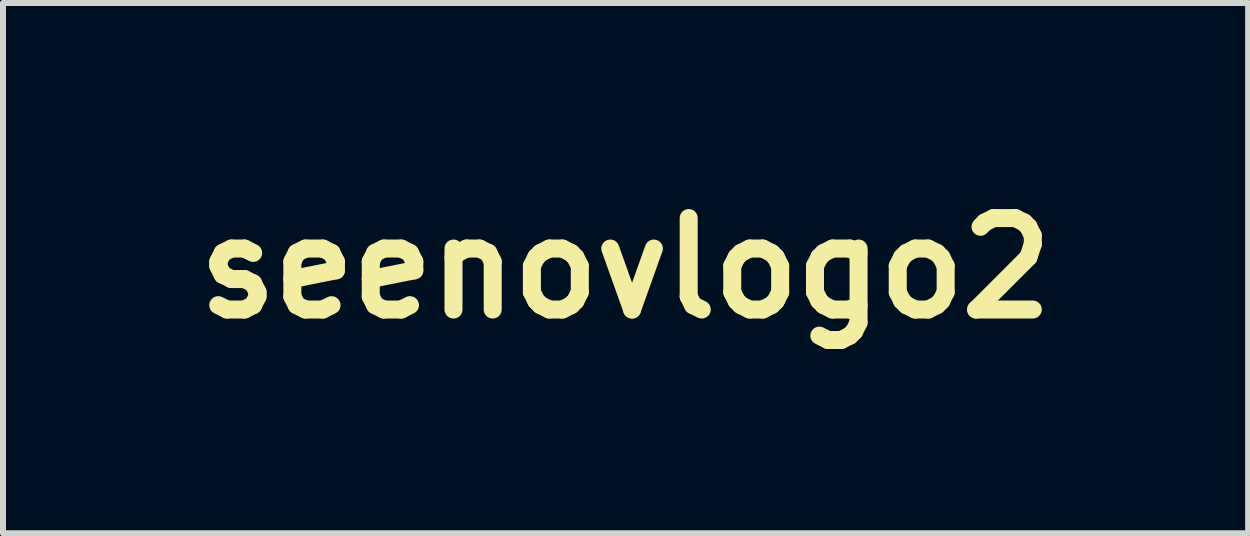
<source format=kicad_pcb>
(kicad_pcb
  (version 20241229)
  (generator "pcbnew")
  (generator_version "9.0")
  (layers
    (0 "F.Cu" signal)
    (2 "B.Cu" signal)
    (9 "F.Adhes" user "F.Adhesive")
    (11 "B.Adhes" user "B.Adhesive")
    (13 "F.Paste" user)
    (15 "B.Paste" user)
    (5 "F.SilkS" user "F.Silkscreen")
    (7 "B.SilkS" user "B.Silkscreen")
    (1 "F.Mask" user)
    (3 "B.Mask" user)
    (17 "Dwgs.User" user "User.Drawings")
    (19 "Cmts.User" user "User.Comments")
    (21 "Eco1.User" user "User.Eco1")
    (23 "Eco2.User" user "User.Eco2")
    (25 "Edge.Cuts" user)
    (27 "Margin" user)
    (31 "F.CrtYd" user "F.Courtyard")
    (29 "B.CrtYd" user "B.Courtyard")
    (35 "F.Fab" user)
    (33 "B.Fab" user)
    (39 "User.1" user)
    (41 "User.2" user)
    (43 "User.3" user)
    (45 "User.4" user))
  (footprint "seenovlogo2"
    (layer "F.Cu")
    (at 7.373 1.418)
    (property "Reference" "seenovlogo2" (at 0 0 0) (layer "F.SilkS") (effects (font (size 1.524 1.524) (thickness 0.3))))
    (attr through_hole)
    (fp_poly (pts (xy -6.53 1.201) (xy -6.535 1.206) (xy -6.54 1.201) (xy -6.535 1.196) (xy -6.53 1.201)) (stroke (width 0.01) (type solid)) (fill no) (layer "Eco2.User"))
    (fp_poly (pts (xy -6.392 0.926) (xy -6.398 0.931) (xy -6.403 0.926) (xy -6.398 0.921) (xy -6.392 0.926)) (stroke (width 0.01) (type solid)) (fill no) (layer "Eco2.User"))
    (fp_poly (pts (xy -6.371 0.905) (xy -6.376 0.91) (xy -6.382 0.905) (xy -6.376 0.9) (xy -6.371 0.905)) (stroke (width 0.01) (type solid)) (fill no) (layer "Eco2.User"))
    (fp_poly (pts (xy -6.329 1.032) (xy -6.334 1.037) (xy -6.339 1.032) (xy -6.334 1.027) (xy -6.329 1.032)) (stroke (width 0.01) (type solid)) (fill no) (layer "Eco2.User"))
    (fp_poly (pts (xy -6.223 0.767) (xy -6.228 0.773) (xy -6.234 0.767) (xy -6.228 0.762) (xy -6.223 0.767)) (stroke (width 0.01) (type solid)) (fill no) (layer "Eco2.User"))
    (fp_poly (pts (xy -5.98 0.45) (xy -5.985 0.455) (xy -5.99 0.45) (xy -5.985 0.445) (xy -5.98 0.45)) (stroke (width 0.01) (type solid)) (fill no) (layer "Eco2.User"))
    (fp_poly (pts (xy -5.863 0.63) (xy -5.868 0.635) (xy -5.874 0.63) (xy -5.868 0.624) (xy -5.863 0.63)) (stroke (width 0.01) (type solid)) (fill no) (layer "Eco2.User"))
    (fp_poly (pts (xy -5.831 0.81) (xy -5.837 0.815) (xy -5.842 0.81) (xy -5.837 0.804) (xy -5.831 0.81)) (stroke (width 0.01) (type solid)) (fill no) (layer "Eco2.User"))
    (fp_poly (pts (xy -5.821 0.291) (xy -5.826 0.296) (xy -5.831 0.291) (xy -5.826 0.286) (xy -5.821 0.291)) (stroke (width 0.01) (type solid)) (fill no) (layer "Eco2.User"))
    (fp_poly (pts (xy -5.81 0.238) (xy -5.816 0.243) (xy -5.821 0.238) (xy -5.816 0.233) (xy -5.81 0.238)) (stroke (width 0.01) (type solid)) (fill no) (layer "Eco2.User"))
    (fp_poly (pts (xy -5.768 0.185) (xy -5.773 0.191) (xy -5.779 0.185) (xy -5.773 0.18) (xy -5.768 0.185)) (stroke (width 0.01) (type solid)) (fill no) (layer "Eco2.User"))
    (fp_poly (pts (xy -5.662 0.005) (xy -5.667 0.011) (xy -5.673 0.005) (xy -5.667 0) (xy -5.662 0.005)) (stroke (width 0.01) (type solid)) (fill no) (layer "Eco2.User"))
    (fp_poly (pts (xy -5.662 0.672) (xy -5.667 0.677) (xy -5.673 0.672) (xy -5.667 0.667) (xy -5.662 0.672)) (stroke (width 0.01) (type solid)) (fill no) (layer "Eco2.User"))
    (fp_poly (pts (xy -5.62 -0.058) (xy -5.625 -0.053) (xy -5.63 -0.058) (xy -5.625 -0.064) (xy -5.62 -0.058)) (stroke (width 0.01) (type solid)) (fill no) (layer "Eco2.User"))
    (fp_poly (pts (xy -5.599 -0.683) (xy -5.604 -0.677) (xy -5.609 -0.683) (xy -5.604 -0.688) (xy -5.599 -0.683)) (stroke (width 0.01) (type solid)) (fill no) (layer "Eco2.User"))
    (fp_poly (pts (xy -5.577 -0.45) (xy -5.583 -0.445) (xy -5.588 -0.45) (xy -5.583 -0.455) (xy -5.577 -0.45)) (stroke (width 0.01) (type solid)) (fill no) (layer "Eco2.User"))
    (fp_poly (pts (xy -5.524 -0.545) (xy -5.53 -0.54) (xy -5.535 -0.545) (xy -5.53 -0.55) (xy -5.524 -0.545)) (stroke (width 0.01) (type solid)) (fill no) (layer "Eco2.User"))
    (fp_poly (pts (xy -5.408 -0.122) (xy -5.413 -0.116) (xy -5.419 -0.122) (xy -5.413 -0.127) (xy -5.408 -0.122)) (stroke (width 0.01) (type solid)) (fill no) (layer "Eco2.User"))
    (fp_poly (pts (xy -5.366 -0.619) (xy -5.371 -0.614) (xy -5.376 -0.619) (xy -5.371 -0.624) (xy -5.366 -0.619)) (stroke (width 0.01) (type solid)) (fill no) (layer "Eco2.User"))
    (fp_poly (pts (xy -5.366 -0.471) (xy -5.371 -0.466) (xy -5.376 -0.471) (xy -5.371 -0.476) (xy -5.366 -0.471)) (stroke (width 0.01) (type solid)) (fill no) (layer "Eco2.User"))
    (fp_poly (pts (xy -5.355 0.418) (xy -5.36 0.423) (xy -5.366 0.418) (xy -5.36 0.413) (xy -5.355 0.418)) (stroke (width 0.01) (type solid)) (fill no) (layer "Eco2.User"))
    (fp_poly (pts (xy -5.334 0.651) (xy -5.339 0.656) (xy -5.345 0.651) (xy -5.339 0.646) (xy -5.334 0.651)) (stroke (width 0.01) (type solid)) (fill no) (layer "Eco2.User"))
    (fp_poly (pts (xy -5.323 0.619) (xy -5.329 0.624) (xy -5.334 0.619) (xy -5.329 0.614) (xy -5.323 0.619)) (stroke (width 0.01) (type solid)) (fill no) (layer "Eco2.User"))
    (fp_poly (pts (xy -5.302 0.619) (xy -5.308 0.624) (xy -5.313 0.619) (xy -5.308 0.614) (xy -5.302 0.619)) (stroke (width 0.01) (type solid)) (fill no) (layer "Eco2.User"))
    (fp_poly (pts (xy -5.292 0.64) (xy -5.297 0.646) (xy -5.302 0.64) (xy -5.297 0.635) (xy -5.292 0.64)) (stroke (width 0.01) (type solid)) (fill no) (layer "Eco2.User"))
    (fp_poly (pts (xy -5.271 0.619) (xy -5.276 0.624) (xy -5.281 0.619) (xy -5.276 0.614) (xy -5.271 0.619)) (stroke (width 0.01) (type solid)) (fill no) (layer "Eco2.User"))
    (fp_poly (pts (xy -5.26 0.64) (xy -5.265 0.646) (xy -5.271 0.64) (xy -5.265 0.635) (xy -5.26 0.64)) (stroke (width 0.01) (type solid)) (fill no) (layer "Eco2.User"))
    (fp_poly (pts (xy -5.218 0.513) (xy -5.223 0.519) (xy -5.228 0.513) (xy -5.223 0.508) (xy -5.218 0.513)) (stroke (width 0.01) (type solid)) (fill no) (layer "Eco2.User"))
    (fp_poly (pts (xy -5.08 0.291) (xy -5.085 0.296) (xy -5.091 0.291) (xy -5.085 0.286) (xy -5.08 0.291)) (stroke (width 0.01) (type solid)) (fill no) (layer "Eco2.User"))
    (fp_poly (pts (xy -5.08 0.312) (xy -5.085 0.318) (xy -5.091 0.312) (xy -5.085 0.307) (xy -5.08 0.312)) (stroke (width 0.01) (type solid)) (fill no) (layer "Eco2.User"))
    (fp_poly (pts (xy -5.038 -0.28) (xy -5.043 -0.275) (xy -5.048 -0.28) (xy -5.043 -0.286) (xy -5.038 -0.28)) (stroke (width 0.01) (type solid)) (fill no) (layer "Eco2.User"))
    (fp_poly (pts (xy -5.038 0.196) (xy -5.043 0.201) (xy -5.048 0.196) (xy -5.043 0.191) (xy -5.038 0.196)) (stroke (width 0.01) (type solid)) (fill no) (layer "Eco2.User"))
    (fp_poly (pts (xy -4.985 0.026) (xy -4.99 0.032) (xy -4.995 0.026) (xy -4.99 0.021) (xy -4.985 0.026)) (stroke (width 0.01) (type solid)) (fill no) (layer "Eco2.User"))
    (fp_poly (pts (xy -4.942 -0.619) (xy -4.948 -0.614) (xy -4.953 -0.619) (xy -4.948 -0.624) (xy -4.942 -0.619)) (stroke (width 0.01) (type solid)) (fill no) (layer "Eco2.User"))
    (fp_poly (pts (xy -4.921 -0.672) (xy -4.927 -0.667) (xy -4.932 -0.672) (xy -4.927 -0.677) (xy -4.921 -0.672)) (stroke (width 0.01) (type solid)) (fill no) (layer "Eco2.User"))
    (fp_poly (pts (xy -4.889 -0.471) (xy -4.895 -0.466) (xy -4.9 -0.471) (xy -4.895 -0.476) (xy -4.889 -0.471)) (stroke (width 0.01) (type solid)) (fill no) (layer "Eco2.User"))
    (fp_poly (pts (xy -4.837 -0.27) (xy -4.842 -0.265) (xy -4.847 -0.27) (xy -4.842 -0.275) (xy -4.837 -0.27)) (stroke (width 0.01) (type solid)) (fill no) (layer "Eco2.User"))
    (fp_poly (pts (xy -4.752 -0.746) (xy -4.757 -0.741) (xy -4.763 -0.746) (xy -4.757 -0.751) (xy -4.752 -0.746)) (stroke (width 0.01) (type solid)) (fill no) (layer "Eco2.User"))
    (fp_poly (pts (xy -4.731 -0.767) (xy -4.736 -0.762) (xy -4.741 -0.767) (xy -4.736 -0.773) (xy -4.731 -0.767)) (stroke (width 0.01) (type solid)) (fill no) (layer "Eco2.User"))
    (fp_poly (pts (xy -4.699 -0.407) (xy -4.704 -0.402) (xy -4.71 -0.407) (xy -4.704 -0.413) (xy -4.699 -0.407)) (stroke (width 0.01) (type solid)) (fill no) (layer "Eco2.User"))
    (fp_poly (pts (xy -4.667 -0.64) (xy -4.673 -0.635) (xy -4.678 -0.64) (xy -4.673 -0.646) (xy -4.667 -0.64)) (stroke (width 0.01) (type solid)) (fill no) (layer "Eco2.User"))
    (fp_poly (pts (xy -4.508 -0.778) (xy -4.514 -0.773) (xy -4.519 -0.778) (xy -4.514 -0.783) (xy -4.508 -0.778)) (stroke (width 0.01) (type solid)) (fill no) (layer "Eco2.User"))
    (fp_poly (pts (xy -4.508 -0.672) (xy -4.514 -0.667) (xy -4.519 -0.672) (xy -4.514 -0.677) (xy -4.508 -0.672)) (stroke (width 0.01) (type solid)) (fill no) (layer "Eco2.User"))
    (fp_poly (pts (xy -4.477 -0.81) (xy -4.482 -0.804) (xy -4.487 -0.81) (xy -4.482 -0.815) (xy -4.477 -0.81)) (stroke (width 0.01) (type solid)) (fill no) (layer "Eco2.User"))
    (fp_poly (pts (xy -4.085 -0.99) (xy -4.09 -0.984) (xy -4.096 -0.99) (xy -4.09 -0.995) (xy -4.085 -0.99)) (stroke (width 0.01) (type solid)) (fill no) (layer "Eco2.User"))
    (fp_poly (pts (xy -3.979 -1.191) (xy -3.985 -1.185) (xy -3.99 -1.191) (xy -3.985 -1.196) (xy -3.979 -1.191)) (stroke (width 0.01) (type solid)) (fill no) (layer "Eco2.User"))
    (fp_poly (pts (xy -4.523 -0.65) (xy -4.535 -0.635) (xy -4.551 -0.619) (xy -4.559 -0.614) (xy -4.557 -0.62) (xy -4.546 -0.635) (xy -4.53 -0.651) (xy -4.521 -0.656) (xy -4.523 -0.65)) (stroke (width 0.01) (type solid)) (fill no) (layer "Eco2.User"))
    (fp_poly (pts (xy -6.443 0.954) (xy -6.439 0.96) (xy -6.448 0.976) (xy -6.467 0.998) (xy -6.483 1.001) (xy -6.492 0.989) (xy -6.497 0.966) (xy -6.489 0.955) (xy -6.465 0.953) (xy -6.443 0.954)) (stroke (width 0.01) (type solid)) (fill no) (layer "Eco2.User"))
    (fp_poly (pts (xy -6.053 0.671) (xy -6.075 0.69) (xy -6.094 0.698) (xy -6.106 0.694) (xy -6.107 0.689) (xy -6.097 0.673) (xy -6.071 0.657) (xy -6.054 0.651) (xy -6.027 0.643) (xy -6.053 0.671)) (stroke (width 0.01) (type solid)) (fill no) (layer "Eco2.User"))
    (fp_poly (pts (xy -6.366 1.062) (xy -6.361 1.077) (xy -6.367 1.107) (xy -6.367 1.109) (xy -6.377 1.129) (xy -6.39 1.129) (xy -6.403 1.11) (xy -6.411 1.083) (xy -6.402 1.064) (xy -6.382 1.058) (xy -6.366 1.062)) (stroke (width 0.01) (type solid)) (fill no) (layer "Eco2.User"))
    (fp_poly (pts (xy -5.334 0.255) (xy -5.342 0.28) (xy -5.356 0.298) (xy -5.37 0.312) (xy -5.374 0.311) (xy -5.372 0.303) (xy -5.364 0.277) (xy -5.359 0.258) (xy -5.351 0.241) (xy -5.343 0.239) (xy -5.334 0.255)) (stroke (width 0.01) (type solid)) (fill no) (layer "Eco2.User"))
    (fp_poly (pts (xy -4.885 -0.407) (xy -4.897 -0.394) (xy -4.9 -0.392) (xy -4.926 -0.374) (xy -4.94 -0.373) (xy -4.942 -0.381) (xy -4.934 -0.393) (xy -4.914 -0.406) (xy -4.891 -0.412) (xy -4.888 -0.413) (xy -4.885 -0.407)) (stroke (width 0.01) (type solid)) (fill no) (layer "Eco2.User"))
    (fp_poly (pts (xy -4.625 -0.511) (xy -4.625 -0.504) (xy -4.634 -0.483) (xy -4.659 -0.463) (xy -4.692 -0.45) (xy -4.694 -0.45) (xy -4.725 -0.443) (xy -4.686 -0.481) (xy -4.654 -0.508) (xy -4.634 -0.518) (xy -4.625 -0.511)) (stroke (width 0.01) (type solid)) (fill no) (layer "Eco2.User"))
    (fp_poly (pts (xy -5.673 0.455) (xy -5.68 0.474) (xy -5.696 0.498) (xy -5.715 0.517) (xy -5.735 0.528) (xy -5.752 0.53) (xy -5.757 0.521) (xy -5.749 0.502) (xy -5.726 0.478) (xy -5.702 0.46) (xy -5.68 0.45) (xy -5.673 0.455)) (stroke (width 0.01) (type solid)) (fill no) (layer "Eco2.User"))
    (fp_poly (pts (xy -5.652 0.472) (xy -5.657 0.483) (xy -5.67 0.502) (xy -5.685 0.521) (xy -5.698 0.536) (xy -5.704 0.54) (xy -5.704 0.539) (xy -5.699 0.528) (xy -5.684 0.506) (xy -5.678 0.497) (xy -5.662 0.478) (xy -5.653 0.47) (xy -5.652 0.472)) (stroke (width 0.01) (type solid)) (fill no) (layer "Eco2.User"))
    (fp_poly (pts (xy -5.168 0.381) (xy -5.163 0.394) (xy -5.175 0.411) (xy -5.201 0.427) (xy -5.227 0.44) (xy -5.241 0.444) (xy -5.249 0.441) (xy -5.253 0.437) (xy -5.26 0.419) (xy -5.248 0.4) (xy -5.222 0.385) (xy -5.189 0.377) (xy -5.168 0.381)) (stroke (width 0.01) (type solid)) (fill no) (layer "Eco2.User"))
    (fp_poly (pts (xy -4.364 -1.327) (xy -4.362 -1.327) (xy -4.339 -1.318) (xy -4.329 -1.307) (xy -4.329 -1.306) (xy -4.337 -1.295) (xy -4.357 -1.291) (xy -4.38 -1.294) (xy -4.396 -1.303) (xy -4.399 -1.307) (xy -4.402 -1.324) (xy -4.391 -1.33) (xy -4.364 -1.327)) (stroke (width 0.01) (type solid)) (fill no) (layer "Eco2.User"))
    (fp_poly (pts (xy -4.361 -0.797) (xy -4.371 -0.777) (xy -4.386 -0.755) (xy -4.403 -0.735) (xy -4.417 -0.723) (xy -4.424 -0.722) (xy -4.424 -0.724) (xy -4.418 -0.743) (xy -4.402 -0.77) (xy -4.383 -0.797) (xy -4.372 -0.809) (xy -4.35 -0.829) (xy -4.361 -0.797)) (stroke (width 0.01) (type solid)) (fill no) (layer "Eco2.User"))
    (fp_poly (pts (xy -4.189 -1.253) (xy -4.187 -1.234) (xy -4.2 -1.201) (xy -4.203 -1.196) (xy -4.223 -1.165) (xy -4.236 -1.155) (xy -4.243 -1.165) (xy -4.244 -1.179) (xy -4.24 -1.213) (xy -4.229 -1.241) (xy -4.214 -1.258) (xy -4.208 -1.259) (xy -4.189 -1.253)) (stroke (width 0.01) (type solid)) (fill no) (layer "Eco2.User"))
    (fp_poly (pts (xy -6.495 0.684) (xy -6.48 0.703) (xy -6.481 0.728) (xy -6.499 0.756) (xy -6.51 0.766) (xy -6.539 0.788) (xy -6.558 0.792) (xy -6.569 0.777) (xy -6.575 0.749) (xy -6.573 0.71) (xy -6.558 0.686) (xy -6.529 0.677) (xy -6.525 0.677) (xy -6.495 0.684)) (stroke (width 0.01) (type solid)) (fill no) (layer "Eco2.User"))
    (fp_poly (pts (xy -6.336 0.958) (xy -6.349 0.973) (xy -6.368 0.991) (xy -6.39 1.009) (xy -6.408 1.022) (xy -6.417 1.026) (xy -6.423 1.019) (xy -6.422 1.013) (xy -6.41 0.999) (xy -6.387 0.98) (xy -6.361 0.963) (xy -6.34 0.953) (xy -6.335 0.953) (xy -6.336 0.958)) (stroke (width 0.01) (type solid)) (fill no) (layer "Eco2.User"))
    (fp_poly (pts (xy -6.225 0.86) (xy -6.228 0.867) (xy -6.241 0.879) (xy -6.265 0.894) (xy -6.292 0.908) (xy -6.317 0.919) (xy -6.332 0.921) (xy -6.334 0.92) (xy -6.329 0.911) (xy -6.309 0.896) (xy -6.287 0.884) (xy -6.251 0.867) (xy -6.231 0.859) (xy -6.225 0.86)) (stroke (width 0.01) (type solid)) (fill no) (layer "Eco2.User"))
    (fp_poly (pts (xy -5.607 0.712) (xy -5.564 0.716) (xy -5.541 0.723) (xy -5.537 0.734) (xy -5.55 0.747) (xy -5.579 0.758) (xy -5.617 0.761) (xy -5.655 0.757) (xy -5.679 0.746) (xy -5.691 0.731) (xy -5.684 0.719) (xy -5.659 0.713) (xy -5.618 0.711) (xy -5.607 0.712)) (stroke (width 0.01) (type solid)) (fill no) (layer "Eco2.User"))
    (fp_poly (pts (xy -5.367 0.854) (xy -5.327 0.866) (xy -5.295 0.885) (xy -5.276 0.907) (xy -5.273 0.925) (xy -5.284 0.943) (xy -5.309 0.95) (xy -5.343 0.945) (xy -5.382 0.928) (xy -5.414 0.904) (xy -5.428 0.882) (xy -5.425 0.864) (xy -5.404 0.854) (xy -5.367 0.854)) (stroke (width 0.01) (type solid)) (fill no) (layer "Eco2.User"))
    (fp_poly (pts (xy -5.325 -1.365) (xy -5.308 -1.361) (xy -5.304 -1.352) (xy -5.312 -1.336) (xy -5.313 -1.333) (xy -5.333 -1.316) (xy -5.362 -1.314) (xy -5.394 -1.328) (xy -5.395 -1.329) (xy -5.415 -1.346) (xy -5.415 -1.357) (xy -5.395 -1.364) (xy -5.36 -1.365) (xy -5.325 -1.365)) (stroke (width 0.01) (type solid)) (fill no) (layer "Eco2.User"))
    (fp_poly (pts (xy -4.394 0.607) (xy -4.375 0.631) (xy -4.371 0.654) (xy -4.38 0.681) (xy -4.403 0.7) (xy -4.433 0.709) (xy -4.465 0.706) (xy -4.491 0.69) (xy -4.507 0.662) (xy -4.502 0.634) (xy -4.485 0.614) (xy -4.455 0.597) (xy -4.422 0.595) (xy -4.394 0.607)) (stroke (width 0.01) (type solid)) (fill no) (layer "Eco2.User"))
    (fp_poly (pts (xy -4.229 0.872) (xy -4.192 0.888) (xy -4.167 0.918) (xy -4.159 0.952) (xy -4.166 0.983) (xy -4.188 1.001) (xy -4.219 1.005) (xy -4.253 0.998) (xy -4.275 0.978) (xy -4.293 0.943) (xy -4.295 0.911) (xy -4.282 0.886) (xy -4.257 0.872) (xy -4.229 0.872)) (stroke (width 0.01) (type solid)) (fill no) (layer "Eco2.User"))
    (fp_poly (pts (xy -4.227 -0.984) (xy -4.225 -0.976) (xy -4.228 -0.951) (xy -4.24 -0.921) (xy -4.257 -0.895) (xy -4.273 -0.881) (xy -4.285 -0.881) (xy -4.286 -0.883) (xy -4.282 -0.895) (xy -4.27 -0.92) (xy -4.258 -0.945) (xy -4.241 -0.974) (xy -4.232 -0.987) (xy -4.227 -0.984)) (stroke (width 0.01) (type solid)) (fill no) (layer "Eco2.User"))
    (fp_poly (pts (xy -3.871 -0.82) (xy -3.863 -0.804) (xy -3.858 -0.776) (xy -3.853 -0.732) (xy -3.854 -0.707) (xy -3.861 -0.699) (xy -3.876 -0.704) (xy -3.888 -0.712) (xy -3.9 -0.73) (xy -3.905 -0.759) (xy -3.903 -0.788) (xy -3.895 -0.813) (xy -3.883 -0.823) (xy -3.871 -0.82)) (stroke (width 0.01) (type solid)) (fill no) (layer "Eco2.User"))
    (fp_poly (pts (xy -6.407 0.24) (xy -6.386 0.266) (xy -6.378 0.301) (xy -6.389 0.334) (xy -6.407 0.352) (xy -6.432 0.359) (xy -6.465 0.358) (xy -6.494 0.349) (xy -6.503 0.343) (xy -6.518 0.315) (xy -6.519 0.281) (xy -6.505 0.251) (xy -6.48 0.232) (xy -6.441 0.227) (xy -6.407 0.24)) (stroke (width 0.01) (type solid)) (fill no) (layer "Eco2.User"))
    (fp_poly (pts (xy -6.233 0.666) (xy -6.226 0.682) (xy -6.237 0.704) (xy -6.266 0.73) (xy -6.298 0.751) (xy -6.32 0.76) (xy -6.338 0.758) (xy -6.356 0.747) (xy -6.368 0.728) (xy -6.364 0.707) (xy -6.347 0.686) (xy -6.32 0.669) (xy -6.287 0.659) (xy -6.259 0.658) (xy -6.233 0.666)) (stroke (width 0.01) (type solid)) (fill no) (layer "Eco2.User"))
    (fp_poly (pts (xy -6.142 0.241) (xy -6.118 0.261) (xy -6.108 0.29) (xy -6.114 0.32) (xy -6.128 0.339) (xy -6.157 0.355) (xy -6.192 0.359) (xy -6.224 0.351) (xy -6.237 0.34) (xy -6.254 0.31) (xy -6.253 0.279) (xy -6.235 0.253) (xy -6.205 0.236) (xy -6.178 0.233) (xy -6.142 0.241)) (stroke (width 0.01) (type solid)) (fill no) (layer "Eco2.User"))
    (fp_poly (pts (xy -6.14 0.894) (xy -6.143 0.911) (xy -6.164 0.937) (xy -6.181 0.954) (xy -6.216 0.982) (xy -6.245 0.994) (xy -6.266 0.99) (xy -6.27 0.985) (xy -6.27 0.967) (xy -6.256 0.944) (xy -6.231 0.922) (xy -6.201 0.902) (xy -6.17 0.891) (xy -6.155 0.889) (xy -6.14 0.894)) (stroke (width 0.01) (type solid)) (fill no) (layer "Eco2.User"))
    (fp_poly (pts (xy -6.106 0.775) (xy -6.107 0.779) (xy -6.124 0.789) (xy -6.148 0.8) (xy -6.182 0.815) (xy -6.201 0.823) (xy -6.21 0.824) (xy -6.212 0.819) (xy -6.212 0.815) (xy -6.203 0.802) (xy -6.18 0.789) (xy -6.151 0.778) (xy -6.123 0.773) (xy -6.12 0.773) (xy -6.106 0.775)) (stroke (width 0.01) (type solid)) (fill no) (layer "Eco2.User"))
    (fp_poly (pts (xy -6.069 1.038) (xy -6.046 1.059) (xy -6.033 1.089) (xy -6.035 1.124) (xy -6.049 1.151) (xy -6.074 1.17) (xy -6.107 1.176) (xy -6.142 1.168) (xy -6.168 1.15) (xy -6.188 1.118) (xy -6.187 1.084) (xy -6.165 1.053) (xy -6.132 1.031) (xy -6.099 1.027) (xy -6.069 1.038)) (stroke (width 0.01) (type solid)) (fill no) (layer "Eco2.User"))
    (fp_poly (pts (xy -5.908 1.3) (xy -5.883 1.319) (xy -5.871 1.345) (xy -5.87 1.356) (xy -5.877 1.362) (xy -5.898 1.365) (xy -5.927 1.365) (xy -5.961 1.364) (xy -5.986 1.36) (xy -5.994 1.357) (xy -5.994 1.342) (xy -5.987 1.322) (xy -5.966 1.3) (xy -5.938 1.293) (xy -5.908 1.3)) (stroke (width 0.01) (type solid)) (fill no) (layer "Eco2.User"))
    (fp_poly (pts (xy -5.711 -0.144) (xy -5.693 -0.137) (xy -5.675 -0.12) (xy -5.678 -0.1) (xy -5.7 -0.078) (xy -5.707 -0.074) (xy -5.751 -0.056) (xy -5.79 -0.057) (xy -5.814 -0.068) (xy -5.826 -0.082) (xy -5.823 -0.099) (xy -5.819 -0.104) (xy -5.791 -0.132) (xy -5.752 -0.146) (xy -5.711 -0.144)) (stroke (width 0.01) (type solid)) (fill no) (layer "Eco2.User"))
    (fp_poly (pts (xy -5.68 0.253) (xy -5.684 0.259) (xy -5.693 0.273) (xy -5.688 0.275) (xy -5.679 0.272) (xy -5.666 0.268) (xy -5.669 0.276) (xy -5.672 0.28) (xy -5.689 0.295) (xy -5.699 0.292) (xy -5.7 0.28) (xy -5.691 0.26) (xy -5.683 0.251) (xy -5.675 0.245) (xy -5.68 0.253)) (stroke (width 0.01) (type solid)) (fill no) (layer "Eco2.User"))
    (fp_poly (pts (xy -5.571 0.026) (xy -5.545 0.034) (xy -5.532 0.045) (xy -5.534 0.069) (xy -5.552 0.094) (xy -5.577 0.111) (xy -5.61 0.125) (xy -5.635 0.124) (xy -5.656 0.113) (xy -5.67 0.092) (xy -5.668 0.066) (xy -5.652 0.043) (xy -5.633 0.031) (xy -5.603 0.025) (xy -5.571 0.026)) (stroke (width 0.01) (type solid)) (fill no) (layer "Eco2.User"))
    (fp_poly (pts (xy -5.386 -0.429) (xy -5.355 -0.421) (xy -5.332 -0.409) (xy -5.325 -0.399) (xy -5.331 -0.382) (xy -5.352 -0.367) (xy -5.382 -0.356) (xy -5.414 -0.351) (xy -5.443 -0.353) (xy -5.459 -0.362) (xy -5.471 -0.386) (xy -5.465 -0.41) (xy -5.447 -0.425) (xy -5.419 -0.43) (xy -5.386 -0.429)) (stroke (width 0.01) (type solid)) (fill no) (layer "Eco2.User"))
    (fp_poly (pts (xy -5.293 0.753) (xy -5.265 0.768) (xy -5.25 0.786) (xy -5.249 0.792) (xy -5.258 0.814) (xy -5.282 0.823) (xy -5.321 0.819) (xy -5.337 0.815) (xy -5.373 0.8) (xy -5.393 0.782) (xy -5.396 0.765) (xy -5.381 0.751) (xy -5.362 0.746) (xy -5.328 0.745) (xy -5.293 0.753)) (stroke (width 0.01) (type solid)) (fill no) (layer "Eco2.User"))
    (fp_poly (pts (xy -5.265 -0.268) (xy -5.249 -0.257) (xy -5.253 -0.244) (xy -5.272 -0.232) (xy -5.306 -0.221) (xy -5.326 -0.218) (xy -5.358 -0.215) (xy -5.373 -0.217) (xy -5.376 -0.225) (xy -5.367 -0.236) (xy -5.344 -0.249) (xy -5.315 -0.261) (xy -5.287 -0.268) (xy -5.266 -0.269) (xy -5.265 -0.268)) (stroke (width 0.01) (type solid)) (fill no) (layer "Eco2.User"))
    (fp_poly (pts (xy -5.123 0.565) (xy -5.108 0.582) (xy -5.106 0.593) (xy -5.108 0.608) (xy -5.117 0.616) (xy -5.137 0.62) (xy -5.165 0.622) (xy -5.199 0.623) (xy -5.223 0.621) (xy -5.231 0.618) (xy -5.239 0.6) (xy -5.225 0.584) (xy -5.198 0.572) (xy -5.154 0.562) (xy -5.123 0.565)) (stroke (width 0.01) (type solid)) (fill no) (layer "Eco2.User"))
    (fp_poly (pts (xy -5.084 -0.393) (xy -5.055 -0.38) (xy -5.086 -0.359) (xy -5.111 -0.348) (xy -5.141 -0.341) (xy -5.168 -0.339) (xy -5.188 -0.342) (xy -5.194 -0.351) (xy -5.194 -0.352) (xy -5.183 -0.365) (xy -5.16 -0.381) (xy -5.152 -0.386) (xy -5.124 -0.399) (xy -5.104 -0.4) (xy -5.084 -0.393)) (stroke (width 0.01) (type solid)) (fill no) (layer "Eco2.User"))
    (fp_poly (pts (xy -5.048 -0.776) (xy -5.019 -0.756) (xy -5.006 -0.726) (xy -5.006 -0.72) (xy -5.015 -0.688) (xy -5.038 -0.667) (xy -5.07 -0.657) (xy -5.106 -0.662) (xy -5.137 -0.678) (xy -5.159 -0.706) (xy -5.163 -0.734) (xy -5.151 -0.76) (xy -5.124 -0.777) (xy -5.089 -0.783) (xy -5.048 -0.776)) (stroke (width 0.01) (type solid)) (fill no) (layer "Eco2.User"))
    (fp_poly (pts (xy -5.002 -0.023) (xy -4.996 -0.003) (xy -5.005 0.021) (xy -5.027 0.045) (xy -5.048 0.058) (xy -5.086 0.073) (xy -5.111 0.071) (xy -5.115 0.067) (xy -5.122 0.048) (xy -5.114 0.023) (xy -5.095 -0.001) (xy -5.07 -0.022) (xy -5.042 -0.034) (xy -5.023 -0.035) (xy -5.002 -0.023)) (stroke (width 0.01) (type solid)) (fill no) (layer "Eco2.User"))
    (fp_poly (pts (xy -4.956 0.697) (xy -4.937 0.706) (xy -4.931 0.725) (xy -4.938 0.749) (xy -4.955 0.767) (xy -4.973 0.778) (xy -4.986 0.781) (xy -5.004 0.776) (xy -5.023 0.768) (xy -5.055 0.749) (xy -5.067 0.731) (xy -5.061 0.715) (xy -5.039 0.703) (xy -5.002 0.696) (xy -4.956 0.697)) (stroke (width 0.01) (type solid)) (fill no) (layer "Eco2.User"))
    (fp_poly (pts (xy -4.919 0.311) (xy -4.904 0.321) (xy -4.904 0.339) (xy -4.923 0.362) (xy -4.939 0.375) (xy -4.975 0.395) (xy -5.001 0.401) (xy -5.025 0.393) (xy -5.026 0.393) (xy -5.036 0.377) (xy -5.029 0.356) (xy -5.008 0.336) (xy -4.986 0.323) (xy -4.947 0.311) (xy -4.919 0.311)) (stroke (width 0.01) (type solid)) (fill no) (layer "Eco2.User"))
    (fp_poly (pts (xy -4.871 0.566) (xy -4.86 0.574) (xy -4.848 0.595) (xy -4.857 0.614) (xy -4.884 0.63) (xy -4.918 0.642) (xy -4.942 0.644) (xy -4.964 0.635) (xy -4.966 0.634) (xy -4.983 0.618) (xy -4.979 0.599) (xy -4.962 0.581) (xy -4.934 0.566) (xy -4.901 0.561) (xy -4.871 0.566)) (stroke (width 0.01) (type solid)) (fill no) (layer "Eco2.User"))
    (fp_poly (pts (xy -4.836 0.128) (xy -4.827 0.148) (xy -4.836 0.175) (xy -4.856 0.201) (xy -4.884 0.221) (xy -4.914 0.232) (xy -4.941 0.233) (xy -4.958 0.222) (xy -4.959 0.219) (xy -4.96 0.19) (xy -4.945 0.161) (xy -4.919 0.136) (xy -4.888 0.121) (xy -4.861 0.118) (xy -4.836 0.128)) (stroke (width 0.01) (type solid)) (fill no) (layer "Eco2.User"))
    (fp_poly (pts (xy -4.687 0.256) (xy -4.679 0.266) (xy -4.68 0.282) (xy -4.692 0.31) (xy -4.718 0.334) (xy -4.75 0.351) (xy -4.781 0.355) (xy -4.792 0.353) (xy -4.802 0.339) (xy -4.805 0.323) (xy -4.795 0.297) (xy -4.771 0.274) (xy -4.738 0.258) (xy -4.71 0.254) (xy -4.687 0.256)) (stroke (width 0.01) (type solid)) (fill no) (layer "Eco2.User"))
    (fp_poly (pts (xy -4.547 -0.457) (xy -4.544 -0.442) (xy -4.553 -0.421) (xy -4.576 -0.397) (xy -4.597 -0.382) (xy -4.634 -0.364) (xy -4.66 -0.361) (xy -4.672 -0.37) (xy -4.67 -0.384) (xy -4.655 -0.406) (xy -4.633 -0.429) (xy -4.607 -0.448) (xy -4.593 -0.455) (xy -4.563 -0.463) (xy -4.547 -0.457)) (stroke (width 0.01) (type solid)) (fill no) (layer "Eco2.User"))
    (fp_poly (pts (xy -4.498 1.011) (xy -4.469 1.031) (xy -4.447 1.057) (xy -4.436 1.084) (xy -4.441 1.109) (xy -4.462 1.125) (xy -4.493 1.13) (xy -4.524 1.12) (xy -4.556 1.095) (xy -4.576 1.066) (xy -4.581 1.038) (xy -4.571 1.014) (xy -4.557 1.004) (xy -4.529 1) (xy -4.498 1.011)) (stroke (width 0.01) (type solid)) (fill no) (layer "Eco2.User"))
    (fp_poly (pts (xy -4.481 0.798) (xy -4.446 0.814) (xy -4.423 0.839) (xy -4.415 0.868) (xy -4.423 0.896) (xy -4.43 0.904) (xy -4.458 0.919) (xy -4.493 0.916) (xy -4.523 0.899) (xy -4.545 0.872) (xy -4.551 0.843) (xy -4.542 0.817) (xy -4.521 0.8) (xy -4.49 0.797) (xy -4.481 0.798)) (stroke (width 0.01) (type solid)) (fill no) (layer "Eco2.User"))
    (fp_poly (pts (xy -4.466 0.205) (xy -4.45 0.224) (xy -4.449 0.229) (xy -4.451 0.257) (xy -4.468 0.283) (xy -4.494 0.303) (xy -4.524 0.314) (xy -4.553 0.314) (xy -4.572 0.301) (xy -4.579 0.279) (xy -4.568 0.253) (xy -4.542 0.227) (xy -4.53 0.219) (xy -4.493 0.203) (xy -4.466 0.205)) (stroke (width 0.01) (type solid)) (fill no) (layer "Eco2.User"))
    (fp_poly (pts (xy -4.431 -0.364) (xy -4.423 -0.347) (xy -4.43 -0.323) (xy -4.454 -0.294) (xy -4.461 -0.287) (xy -4.494 -0.264) (xy -4.524 -0.255) (xy -4.546 -0.259) (xy -4.555 -0.271) (xy -4.554 -0.296) (xy -4.539 -0.323) (xy -4.513 -0.348) (xy -4.481 -0.365) (xy -4.454 -0.37) (xy -4.431 -0.364)) (stroke (width 0.01) (type solid)) (fill no) (layer "Eco2.User"))
    (fp_poly (pts (xy -4.39 -0.901) (xy -4.386 -0.884) (xy -4.398 -0.857) (xy -4.423 -0.823) (xy -4.432 -0.812) (xy -4.456 -0.79) (xy -4.468 -0.785) (xy -4.471 -0.797) (xy -4.469 -0.808) (xy -4.46 -0.832) (xy -4.443 -0.858) (xy -4.423 -0.882) (xy -4.405 -0.899) (xy -4.391 -0.903) (xy -4.39 -0.901)) (stroke (width 0.01) (type solid)) (fill no) (layer "Eco2.User"))
    (fp_poly (pts (xy -4.354 -0.565) (xy -4.351 -0.546) (xy -4.362 -0.519) (xy -4.383 -0.492) (xy -4.409 -0.469) (xy -4.435 -0.456) (xy -4.455 -0.456) (xy -4.466 -0.468) (xy -4.466 -0.474) (xy -4.458 -0.496) (xy -4.439 -0.523) (xy -4.413 -0.548) (xy -4.388 -0.566) (xy -4.372 -0.572) (xy -4.354 -0.565)) (stroke (width 0.01) (type solid)) (fill no) (layer "Eco2.User"))
    (fp_poly (pts (xy -4.318 0.401) (xy -4.308 0.429) (xy -4.307 0.433) (xy -4.317 0.464) (xy -4.34 0.489) (xy -4.371 0.503) (xy -4.403 0.502) (xy -4.416 0.497) (xy -4.433 0.477) (xy -4.435 0.45) (xy -4.423 0.422) (xy -4.399 0.399) (xy -4.374 0.387) (xy -4.342 0.386) (xy -4.318 0.401)) (stroke (width 0.01) (type solid)) (fill no) (layer "Eco2.User"))
    (fp_poly (pts (xy -4.301 -1.135) (xy -4.299 -1.111) (xy -4.306 -1.081) (xy -4.322 -1.048) (xy -4.345 -1.018) (xy -4.366 -0.996) (xy -4.377 -0.989) (xy -4.382 -0.995) (xy -4.382 -1) (xy -4.381 -1.054) (xy -4.37 -1.099) (xy -4.352 -1.132) (xy -4.332 -1.147) (xy -4.312 -1.149) (xy -4.301 -1.135)) (stroke (width 0.01) (type solid)) (fill no) (layer "Eco2.User"))
    (fp_poly (pts (xy -4.106 -1.145) (xy -4.103 -1.122) (xy -4.107 -1.091) (xy -4.116 -1.063) (xy -4.134 -1.028) (xy -4.148 -1.012) (xy -4.157 -1.015) (xy -4.16 -1.034) (xy -4.161 -1.064) (xy -4.159 -1.084) (xy -4.153 -1.107) (xy -4.14 -1.131) (xy -4.125 -1.149) (xy -4.117 -1.154) (xy -4.106 -1.145)) (stroke (width 0.01) (type solid)) (fill no) (layer "Eco2.User"))
    (fp_poly (pts (xy -3.897 0.423) (xy -3.876 0.449) (xy -3.874 0.455) (xy -3.867 0.49) (xy -3.875 0.522) (xy -3.894 0.547) (xy -3.919 0.56) (xy -3.948 0.56) (xy -3.974 0.544) (xy -3.987 0.517) (xy -3.987 0.483) (xy -3.974 0.45) (xy -3.957 0.431) (xy -3.925 0.417) (xy -3.897 0.423)) (stroke (width 0.01) (type solid)) (fill no) (layer "Eco2.User"))
    (fp_poly (pts (xy -3.846 0.185) (xy -3.842 0.221) (xy -3.842 0.233) (xy -3.842 0.268) (xy -3.846 0.287) (xy -3.853 0.295) (xy -3.866 0.296) (xy -3.891 0.291) (xy -3.903 0.284) (xy -3.915 0.258) (xy -3.91 0.226) (xy -3.894 0.197) (xy -3.871 0.174) (xy -3.855 0.169) (xy -3.846 0.185)) (stroke (width 0.01) (type solid)) (fill no) (layer "Eco2.User"))
    (fp_poly (pts (xy -6.521 -0.294) (xy -6.496 -0.272) (xy -6.489 -0.241) (xy -6.498 -0.212) (xy -6.513 -0.194) (xy -6.536 -0.178) (xy -6.559 -0.167) (xy -6.575 -0.165) (xy -6.576 -0.166) (xy -6.58 -0.18) (xy -6.582 -0.207) (xy -6.583 -0.233) (xy -6.58 -0.275) (xy -6.57 -0.298) (xy -6.55 -0.303) (xy -6.521 -0.294)) (stroke (width 0.01) (type solid)) (fill no) (layer "Eco2.User"))
    (fp_poly (pts (xy -6.371 -0.008) (xy -6.352 0.002) (xy -6.338 0.028) (xy -6.341 0.055) (xy -6.357 0.08) (xy -6.383 0.1) (xy -6.414 0.113) (xy -6.447 0.113) (xy -6.469 0.105) (xy -6.484 0.085) (xy -6.487 0.057) (xy -6.477 0.027) (xy -6.464 0.011) (xy -6.438 -0.004) (xy -6.403 -0.01) (xy -6.371 -0.008)) (stroke (width 0.01) (type solid)) (fill no) (layer "Eco2.User"))
    (fp_poly (pts (xy -6.339 0.819) (xy -6.335 0.824) (xy -6.336 0.84) (xy -6.352 0.861) (xy -6.377 0.882) (xy -6.396 0.893) (xy -6.429 0.907) (xy -6.449 0.909) (xy -6.46 0.899) (xy -6.463 0.893) (xy -6.461 0.873) (xy -6.444 0.852) (xy -6.418 0.833) (xy -6.388 0.819) (xy -6.36 0.814) (xy -6.339 0.819)) (stroke (width 0.01) (type solid)) (fill no) (layer "Eco2.User"))
    (fp_poly (pts (xy -6.257 -1.199) (xy -6.255 -1.169) (xy -6.262 -1.127) (xy -6.283 -1.096) (xy -6.312 -1.08) (xy -6.347 -1.08) (xy -6.377 -1.095) (xy -6.387 -1.104) (xy -6.388 -1.113) (xy -6.379 -1.127) (xy -6.357 -1.149) (xy -6.341 -1.164) (xy -6.305 -1.196) (xy -6.28 -1.213) (xy -6.264 -1.214) (xy -6.257 -1.199)) (stroke (width 0.01) (type solid)) (fill no) (layer "Eco2.User"))
    (fp_poly (pts (xy -6.094 0.014) (xy -6.072 0.03) (xy -6.064 0.06) (xy -6.075 0.085) (xy -6.104 0.111) (xy -6.134 0.13) (xy -6.154 0.136) (xy -6.173 0.131) (xy -6.189 0.121) (xy -6.209 0.095) (xy -6.212 0.073) (xy -6.209 0.05) (xy -6.194 0.034) (xy -6.176 0.026) (xy -6.13 0.012) (xy -6.094 0.014)) (stroke (width 0.01) (type solid)) (fill no) (layer "Eco2.User"))
    (fp_poly (pts (xy -5.91 0.796) (xy -5.886 0.812) (xy -5.88 0.83) (xy -5.892 0.845) (xy -5.893 0.845) (xy -5.916 0.853) (xy -5.947 0.86) (xy -5.979 0.863) (xy -6.004 0.864) (xy -6.015 0.861) (xy -6.022 0.843) (xy -6.009 0.823) (xy -5.978 0.805) (xy -5.945 0.793) (xy -5.921 0.792) (xy -5.91 0.796)) (stroke (width 0.01) (type solid)) (fill no) (layer "Eco2.User"))
    (fp_poly (pts (xy -5.877 0.241) (xy -5.852 0.263) (xy -5.842 0.297) (xy -5.842 0.298) (xy -5.851 0.328) (xy -5.874 0.349) (xy -5.905 0.359) (xy -5.939 0.357) (xy -5.968 0.339) (xy -5.969 0.339) (xy -5.987 0.309) (xy -5.987 0.279) (xy -5.972 0.253) (xy -5.942 0.236) (xy -5.917 0.233) (xy -5.877 0.241)) (stroke (width 0.01) (type solid)) (fill no) (layer "Eco2.User"))
    (fp_poly (pts (xy -5.847 0.927) (xy -5.813 0.943) (xy -5.789 0.966) (xy -5.779 0.992) (xy -5.786 1.018) (xy -5.789 1.021) (xy -5.812 1.034) (xy -5.845 1.036) (xy -5.883 1.03) (xy -5.913 1.016) (xy -5.941 0.991) (xy -5.949 0.964) (xy -5.94 0.941) (xy -5.915 0.925) (xy -5.887 0.921) (xy -5.847 0.927)) (stroke (width 0.01) (type solid)) (fill no) (layer "Eco2.User"))
    (fp_poly (pts (xy -5.83 0.019) (xy -5.825 0.022) (xy -5.804 0.041) (xy -5.799 0.065) (xy -5.808 0.089) (xy -5.827 0.111) (xy -5.854 0.126) (xy -5.884 0.132) (xy -5.916 0.124) (xy -5.939 0.104) (xy -5.943 0.081) (xy -5.928 0.056) (xy -5.897 0.033) (xy -5.867 0.019) (xy -5.848 0.014) (xy -5.83 0.019)) (stroke (width 0.01) (type solid)) (fill no) (layer "Eco2.User"))
    (fp_poly (pts (xy -5.749 0.608) (xy -5.75 0.619) (xy -5.763 0.634) (xy -5.782 0.647) (xy -5.797 0.651) (xy -5.822 0.656) (xy -5.842 0.661) (xy -5.859 0.666) (xy -5.861 0.661) (xy -5.851 0.644) (xy -5.829 0.625) (xy -5.809 0.619) (xy -5.783 0.615) (xy -5.77 0.61) (xy -5.754 0.606) (xy -5.749 0.608)) (stroke (width 0.01) (type solid)) (fill no) (layer "Eco2.User"))
    (fp_poly (pts (xy -5.476 -0.704) (xy -5.453 -0.691) (xy -5.428 -0.664) (xy -5.421 -0.637) (xy -5.429 -0.612) (xy -5.45 -0.594) (xy -5.48 -0.583) (xy -5.516 -0.585) (xy -5.545 -0.596) (xy -5.569 -0.616) (xy -5.582 -0.638) (xy -5.584 -0.668) (xy -5.57 -0.692) (xy -5.544 -0.707) (xy -5.511 -0.712) (xy -5.476 -0.704)) (stroke (width 0.01) (type solid)) (fill no) (layer "Eco2.User"))
    (fp_poly (pts (xy -5.463 0.645) (xy -5.461 0.656) (xy -5.471 0.676) (xy -5.496 0.69) (xy -5.535 0.696) (xy -5.581 0.692) (xy -5.585 0.691) (xy -5.606 0.682) (xy -5.609 0.669) (xy -5.595 0.659) (xy -5.575 0.656) (xy -5.54 0.653) (xy -5.503 0.647) (xy -5.501 0.646) (xy -5.475 0.642) (xy -5.463 0.645)) (stroke (width 0.01) (type solid)) (fill no) (layer "Eco2.User"))
    (fp_poly (pts (xy -5.249 0.493) (xy -5.255 0.506) (xy -5.271 0.522) (xy -5.273 0.523) (xy -5.298 0.534) (xy -5.328 0.542) (xy -5.357 0.545) (xy -5.379 0.543) (xy -5.387 0.536) (xy -5.378 0.528) (xy -5.355 0.517) (xy -5.324 0.505) (xy -5.292 0.494) (xy -5.266 0.488) (xy -5.257 0.487) (xy -5.249 0.493)) (stroke (width 0.01) (type solid)) (fill no) (layer "Eco2.User"))
    (fp_poly (pts (xy -5.227 0.658) (xy -5.197 0.669) (xy -5.191 0.674) (xy -5.179 0.688) (xy -5.183 0.699) (xy -5.196 0.711) (xy -5.219 0.725) (xy -5.244 0.728) (xy -5.278 0.721) (xy -5.291 0.716) (xy -5.321 0.702) (xy -5.331 0.687) (xy -5.32 0.673) (xy -5.308 0.667) (xy -5.267 0.657) (xy -5.227 0.658)) (stroke (width 0.01) (type solid)) (fill no) (layer "Eco2.User"))
    (fp_poly (pts (xy -5.014 -1.018) (xy -4.981 -0.996) (xy -4.959 -0.964) (xy -4.953 -0.938) (xy -4.959 -0.903) (xy -4.978 -0.884) (xy -5.013 -0.878) (xy -5.039 -0.883) (xy -5.063 -0.9) (xy -5.079 -0.918) (xy -5.104 -0.957) (xy -5.111 -0.989) (xy -5.101 -1.012) (xy -5.073 -1.025) (xy -5.052 -1.027) (xy -5.014 -1.018)) (stroke (width 0.01) (type solid)) (fill no) (layer "Eco2.User"))
    (fp_poly (pts (xy -4.821 1.075) (xy -4.788 1.087) (xy -4.756 1.106) (xy -4.734 1.128) (xy -4.721 1.16) (xy -4.725 1.186) (xy -4.743 1.201) (xy -4.77 1.203) (xy -4.804 1.189) (xy -4.808 1.187) (xy -4.84 1.16) (xy -4.861 1.131) (xy -4.869 1.104) (xy -4.862 1.083) (xy -4.847 1.074) (xy -4.821 1.075)) (stroke (width 0.01) (type solid)) (fill no) (layer "Eco2.User"))
    (fp_poly (pts (xy -4.787 0.418) (xy -4.777 0.425) (xy -4.767 0.446) (xy -4.769 0.459) (xy -4.785 0.478) (xy -4.814 0.496) (xy -4.847 0.507) (xy -4.874 0.507) (xy -4.877 0.507) (xy -4.897 0.493) (xy -4.898 0.474) (xy -4.881 0.453) (xy -4.849 0.433) (xy -4.828 0.424) (xy -4.802 0.415) (xy -4.787 0.418)) (stroke (width 0.01) (type solid)) (fill no) (layer "Eco2.User"))
    (fp_poly (pts (xy -4.777 -0.093) (xy -4.751 -0.084) (xy -4.744 -0.066) (xy -4.756 -0.04) (xy -4.776 -0.016) (xy -4.807 0.008) (xy -4.839 0.021) (xy -4.866 0.021) (xy -4.884 0.009) (xy -4.886 0.005) (xy -4.885 -0.019) (xy -4.869 -0.046) (xy -4.843 -0.07) (xy -4.812 -0.088) (xy -4.78 -0.094) (xy -4.777 -0.093)) (stroke (width 0.01) (type solid)) (fill no) (layer "Eco2.User"))
    (fp_poly (pts (xy -4.766 1.286) (xy -4.743 1.301) (xy -4.719 1.32) (xy -4.699 1.34) (xy -4.689 1.354) (xy -4.689 1.359) (xy -4.712 1.369) (xy -4.743 1.371) (xy -4.772 1.365) (xy -4.781 1.36) (xy -4.798 1.34) (xy -4.806 1.315) (xy -4.803 1.294) (xy -4.79 1.281) (xy -4.784 1.281) (xy -4.766 1.286)) (stroke (width 0.01) (type solid)) (fill no) (layer "Eco2.User"))
    (fp_poly (pts (xy -4.765 0.906) (xy -4.733 0.925) (xy -4.713 0.953) (xy -4.71 0.973) (xy -4.717 1.002) (xy -4.736 1.015) (xy -4.767 1.012) (xy -4.805 0.993) (xy -4.806 0.992) (xy -4.831 0.97) (xy -4.841 0.946) (xy -4.842 0.936) (xy -4.84 0.915) (xy -4.828 0.905) (xy -4.804 0.902) (xy -4.765 0.906)) (stroke (width 0.01) (type solid)) (fill no) (layer "Eco2.User"))
    (fp_poly (pts (xy -4.733 -0.979) (xy -4.699 -0.966) (xy -4.682 -0.945) (xy -4.678 -0.916) (xy -4.685 -0.877) (xy -4.707 -0.852) (xy -4.741 -0.84) (xy -4.772 -0.839) (xy -4.793 -0.85) (xy -4.797 -0.854) (xy -4.812 -0.884) (xy -4.812 -0.917) (xy -4.8 -0.947) (xy -4.778 -0.97) (xy -4.75 -0.981) (xy -4.733 -0.979)) (stroke (width 0.01) (type solid)) (fill no) (layer "Eco2.User"))
    (fp_poly (pts (xy -4.715 0.746) (xy -4.686 0.76) (xy -4.669 0.78) (xy -4.668 0.804) (xy -4.68 0.823) (xy -4.702 0.833) (xy -4.733 0.835) (xy -4.766 0.83) (xy -4.787 0.821) (xy -4.802 0.797) (xy -4.803 0.776) (xy -4.799 0.757) (xy -4.787 0.748) (xy -4.762 0.744) (xy -4.753 0.743) (xy -4.715 0.746)) (stroke (width 0.01) (type solid)) (fill no) (layer "Eco2.User"))
    (fp_poly (pts (xy -4.632 0.581) (xy -4.627 0.584) (xy -4.615 0.608) (xy -4.618 0.635) (xy -4.633 0.655) (xy -4.635 0.656) (xy -4.665 0.664) (xy -4.701 0.665) (xy -4.728 0.66) (xy -4.739 0.645) (xy -4.741 0.622) (xy -4.734 0.597) (xy -4.721 0.582) (xy -4.691 0.573) (xy -4.658 0.573) (xy -4.632 0.581)) (stroke (width 0.01) (type solid)) (fill no) (layer "Eco2.User"))
    (fp_poly (pts (xy -4.594 0.064) (xy -4.584 0.083) (xy -4.593 0.11) (xy -4.613 0.136) (xy -4.641 0.16) (xy -4.67 0.169) (xy -4.682 0.169) (xy -4.707 0.168) (xy -4.718 0.159) (xy -4.72 0.139) (xy -4.72 0.139) (xy -4.711 0.106) (xy -4.686 0.078) (xy -4.653 0.059) (xy -4.621 0.055) (xy -4.594 0.064)) (stroke (width 0.01) (type solid)) (fill no) (layer "Eco2.User"))
    (fp_poly (pts (xy -4.549 0.4) (xy -4.545 0.402) (xy -4.532 0.423) (xy -4.535 0.446) (xy -4.552 0.468) (xy -4.577 0.485) (xy -4.609 0.495) (xy -4.641 0.494) (xy -4.654 0.49) (xy -4.665 0.477) (xy -4.667 0.466) (xy -4.658 0.443) (xy -4.635 0.421) (xy -4.605 0.404) (xy -4.574 0.396) (xy -4.549 0.4)) (stroke (width 0.01) (type solid)) (fill no) (layer "Eco2.User"))
    (fp_poly (pts (xy -4.547 -0.785) (xy -4.535 -0.766) (xy -4.535 -0.75) (xy -4.548 -0.734) (xy -4.572 -0.713) (xy -4.599 -0.693) (xy -4.622 -0.68) (xy -4.632 -0.677) (xy -4.644 -0.686) (xy -4.646 -0.698) (xy -4.639 -0.716) (xy -4.622 -0.741) (xy -4.601 -0.767) (xy -4.579 -0.786) (xy -4.564 -0.794) (xy -4.547 -0.785)) (stroke (width 0.01) (type solid)) (fill no) (layer "Eco2.User"))
    (fp_poly (pts (xy -4.526 -0.166) (xy -4.512 -0.151) (xy -4.509 -0.125) (xy -4.518 -0.097) (xy -4.533 -0.076) (xy -4.561 -0.057) (xy -4.592 -0.046) (xy -4.621 -0.045) (xy -4.639 -0.054) (xy -4.642 -0.059) (xy -4.642 -0.084) (xy -4.627 -0.112) (xy -4.602 -0.139) (xy -4.572 -0.159) (xy -4.543 -0.168) (xy -4.526 -0.166)) (stroke (width 0.01) (type solid)) (fill no) (layer "Eco2.User"))
    (fp_poly (pts (xy -4.287 -0.775) (xy -4.285 -0.754) (xy -4.291 -0.727) (xy -4.304 -0.7) (xy -4.315 -0.686) (xy -4.339 -0.666) (xy -4.361 -0.657) (xy -4.377 -0.659) (xy -4.381 -0.669) (xy -4.375 -0.691) (xy -4.359 -0.719) (xy -4.338 -0.748) (xy -4.317 -0.771) (xy -4.301 -0.783) (xy -4.298 -0.783) (xy -4.287 -0.775)) (stroke (width 0.01) (type solid)) (fill no) (layer "Eco2.User"))
    (fp_poly (pts (xy -4.237 1.117) (xy -4.202 1.139) (xy -4.179 1.163) (xy -4.171 1.191) (xy -4.17 1.206) (xy -4.177 1.24) (xy -4.196 1.258) (xy -4.224 1.26) (xy -4.256 1.244) (xy -4.269 1.233) (xy -4.298 1.198) (xy -4.31 1.165) (xy -4.308 1.137) (xy -4.293 1.118) (xy -4.269 1.11) (xy -4.237 1.117)) (stroke (width 0.01) (type solid)) (fill no) (layer "Eco2.User"))
    (fp_poly (pts (xy -4.234 0.171) (xy -4.224 0.181) (xy -4.223 0.202) (xy -4.232 0.237) (xy -4.256 0.266) (xy -4.289 0.284) (xy -4.305 0.286) (xy -4.33 0.284) (xy -4.343 0.279) (xy -4.348 0.264) (xy -4.35 0.246) (xy -4.34 0.217) (xy -4.316 0.191) (xy -4.283 0.173) (xy -4.258 0.169) (xy -4.234 0.171)) (stroke (width 0.01) (type solid)) (fill no) (layer "Eco2.User"))
    (fp_poly (pts (xy -4.22 -0.452) (xy -4.213 -0.438) (xy -4.212 -0.423) (xy -4.219 -0.391) (xy -4.238 -0.363) (xy -4.264 -0.342) (xy -4.291 -0.331) (xy -4.316 -0.334) (xy -4.327 -0.342) (xy -4.335 -0.366) (xy -4.327 -0.394) (xy -4.308 -0.421) (xy -4.28 -0.443) (xy -4.249 -0.454) (xy -4.239 -0.455) (xy -4.22 -0.452)) (stroke (width 0.01) (type solid)) (fill no) (layer "Eco2.User"))
    (fp_poly (pts (xy -4.153 -1.224) (xy -4.15 -1.212) (xy -4.155 -1.188) (xy -4.169 -1.149) (xy -4.172 -1.141) (xy -4.189 -1.102) (xy -4.201 -1.083) (xy -4.211 -1.082) (xy -4.219 -1.095) (xy -4.219 -1.114) (xy -4.211 -1.143) (xy -4.199 -1.175) (xy -4.184 -1.204) (xy -4.171 -1.223) (xy -4.163 -1.228) (xy -4.153 -1.224)) (stroke (width 0.01) (type solid)) (fill no) (layer "Eco2.User"))
    (fp_poly (pts (xy -4.14 -0.905) (xy -4.13 -0.889) (xy -4.129 -0.865) (xy -4.136 -0.836) (xy -4.154 -0.806) (xy -4.155 -0.805) (xy -4.181 -0.78) (xy -4.202 -0.774) (xy -4.215 -0.786) (xy -4.216 -0.788) (xy -4.217 -0.813) (xy -4.209 -0.846) (xy -4.194 -0.878) (xy -4.181 -0.894) (xy -4.158 -0.908) (xy -4.14 -0.905)) (stroke (width 0.01) (type solid)) (fill no) (layer "Eco2.User"))
    (fp_poly (pts (xy -4.063 -0.291) (xy -4.046 -0.276) (xy -4.041 -0.251) (xy -4.049 -0.221) (xy -4.068 -0.193) (xy -4.075 -0.186) (xy -4.111 -0.164) (xy -4.139 -0.161) (xy -4.157 -0.171) (xy -4.17 -0.196) (xy -4.166 -0.225) (xy -4.15 -0.254) (xy -4.126 -0.277) (xy -4.096 -0.291) (xy -4.065 -0.291) (xy -4.063 -0.291)) (stroke (width 0.01) (type solid)) (fill no) (layer "Eco2.User"))
    (fp_poly (pts (xy -4.039 -0.527) (xy -4.016 -0.522) (xy -4.006 -0.508) (xy -4.002 -0.488) (xy -4.007 -0.455) (xy -4.023 -0.427) (xy -4.048 -0.408) (xy -4.075 -0.402) (xy -4.101 -0.412) (xy -4.104 -0.415) (xy -4.116 -0.44) (xy -4.111 -0.473) (xy -4.095 -0.502) (xy -4.072 -0.523) (xy -4.045 -0.528) (xy -4.039 -0.527)) (stroke (width 0.01) (type solid)) (fill no) (layer "Eco2.User"))
    (fp_poly (pts (xy -3.995 -0.765) (xy -3.982 -0.742) (xy -3.985 -0.709) (xy -3.985 -0.706) (xy -4.002 -0.674) (xy -4.025 -0.653) (xy -4.051 -0.645) (xy -4.074 -0.653) (xy -4.085 -0.667) (xy -4.09 -0.686) (xy -4.084 -0.71) (xy -4.075 -0.73) (xy -4.058 -0.758) (xy -4.041 -0.77) (xy -4.022 -0.773) (xy -3.995 -0.765)) (stroke (width 0.01) (type solid)) (fill no) (layer "Eco2.User"))
    (fp_poly (pts (xy -3.851 -0.573) (xy -3.844 -0.553) (xy -3.842 -0.513) (xy -3.842 -0.507) (xy -3.843 -0.472) (xy -3.846 -0.453) (xy -3.854 -0.445) (xy -3.861 -0.445) (xy -3.884 -0.451) (xy -3.893 -0.457) (xy -3.904 -0.481) (xy -3.904 -0.514) (xy -3.893 -0.546) (xy -3.883 -0.559) (xy -3.864 -0.575) (xy -3.851 -0.573)) (stroke (width 0.01) (type solid)) (fill no) (layer "Eco2.User"))
    (fp_poly (pts (xy -6.263 -0.232) (xy -6.234 -0.225) (xy -6.223 -0.217) (xy -6.214 -0.192) (xy -6.223 -0.164) (xy -6.248 -0.138) (xy -6.265 -0.127) (xy -6.3 -0.111) (xy -6.324 -0.107) (xy -6.344 -0.115) (xy -6.359 -0.128) (xy -6.376 -0.155) (xy -6.372 -0.186) (xy -6.352 -0.214) (xy -6.33 -0.227) (xy -6.298 -0.233) (xy -6.263 -0.232)) (stroke (width 0.01) (type solid)) (fill no) (layer "Eco2.User"))
    (fp_poly (pts (xy -6.184 -0.804) (xy -6.16 -0.78) (xy -6.149 -0.744) (xy -6.149 -0.736) (xy -6.158 -0.7) (xy -6.181 -0.674) (xy -6.213 -0.659) (xy -6.249 -0.659) (xy -6.283 -0.674) (xy -6.292 -0.682) (xy -6.314 -0.713) (xy -6.315 -0.743) (xy -6.295 -0.776) (xy -6.287 -0.784) (xy -6.253 -0.807) (xy -6.217 -0.814) (xy -6.184 -0.804)) (stroke (width 0.01) (type solid)) (fill no) (layer "Eco2.User"))
    (fp_poly (pts (xy -6.175 0.465) (xy -6.162 0.476) (xy -6.146 0.502) (xy -6.15 0.53) (xy -6.174 0.556) (xy -6.174 0.556) (xy -6.203 0.568) (xy -6.237 0.571) (xy -6.265 0.564) (xy -6.276 0.556) (xy -6.285 0.53) (xy -6.277 0.503) (xy -6.255 0.479) (xy -6.239 0.47) (xy -6.209 0.459) (xy -6.191 0.457) (xy -6.175 0.465)) (stroke (width 0.01) (type solid)) (fill no) (layer "Eco2.User"))
    (fp_poly (pts (xy -5.814 -0.353) (xy -5.795 -0.345) (xy -5.772 -0.324) (xy -5.77 -0.304) (xy -5.788 -0.284) (xy -5.827 -0.263) (xy -5.832 -0.26) (xy -5.861 -0.251) (xy -5.885 -0.253) (xy -5.903 -0.26) (xy -5.929 -0.279) (xy -5.938 -0.304) (xy -5.93 -0.329) (xy -5.922 -0.338) (xy -5.892 -0.352) (xy -5.852 -0.358) (xy -5.814 -0.353)) (stroke (width 0.01) (type solid)) (fill no) (layer "Eco2.User"))
    (fp_poly (pts (xy -5.769 -0.872) (xy -5.748 -0.863) (xy -5.719 -0.841) (xy -5.706 -0.811) (xy -5.704 -0.788) (xy -5.713 -0.759) (xy -5.736 -0.739) (xy -5.768 -0.729) (xy -5.803 -0.732) (xy -5.837 -0.747) (xy -5.848 -0.756) (xy -5.87 -0.789) (xy -5.875 -0.821) (xy -5.864 -0.848) (xy -5.841 -0.868) (xy -5.808 -0.877) (xy -5.769 -0.872)) (stroke (width 0.01) (type solid)) (fill no) (layer "Eco2.User"))
    (fp_poly (pts (xy -5.655 -1.129) (xy -5.625 -1.108) (xy -5.6 -1.074) (xy -5.594 -1.065) (xy -5.581 -1.023) (xy -5.584 -0.992) (xy -5.604 -0.972) (xy -5.631 -0.966) (xy -5.669 -0.97) (xy -5.69 -0.982) (xy -5.722 -1.019) (xy -5.735 -1.067) (xy -5.736 -1.084) (xy -5.729 -1.116) (xy -5.711 -1.134) (xy -5.685 -1.138) (xy -5.655 -1.129)) (stroke (width 0.01) (type solid)) (fill no) (layer "Eco2.User"))
    (fp_poly (pts (xy -5.388 0.428) (xy -5.392 0.441) (xy -5.415 0.458) (xy -5.424 0.463) (xy -5.448 0.475) (xy -5.46 0.485) (xy -5.461 0.487) (xy -5.469 0.492) (xy -5.488 0.493) (xy -5.505 0.489) (xy -5.509 0.486) (xy -5.51 0.467) (xy -5.492 0.448) (xy -5.46 0.431) (xy -5.424 0.42) (xy -5.399 0.42) (xy -5.388 0.428)) (stroke (width 0.01) (type solid)) (fill no) (layer "Eco2.User"))
    (fp_poly (pts (xy -5.322 1.008) (xy -5.291 1.016) (xy -5.263 1.032) (xy -5.231 1.061) (xy -5.207 1.088) (xy -5.193 1.109) (xy -5.19 1.121) (xy -5.208 1.131) (xy -5.237 1.13) (xy -5.271 1.116) (xy -5.295 1.101) (xy -5.336 1.067) (xy -5.359 1.04) (xy -5.365 1.02) (xy -5.354 1.009) (xy -5.324 1.008) (xy -5.322 1.008)) (stroke (width 0.01) (type solid)) (fill no) (layer "Eco2.User"))
    (fp_poly (pts (xy -5.145 1.288) (xy -5.12 1.304) (xy -5.097 1.326) (xy -5.081 1.348) (xy -5.075 1.365) (xy -5.077 1.369) (xy -5.094 1.375) (xy -5.124 1.376) (xy -5.158 1.373) (xy -5.186 1.367) (xy -5.201 1.359) (xy -5.215 1.334) (xy -5.216 1.307) (xy -5.204 1.285) (xy -5.199 1.282) (xy -5.174 1.278) (xy -5.145 1.288)) (stroke (width 0.01) (type solid)) (fill no) (layer "Eco2.User"))
    (fp_poly (pts (xy -5.083 -1.357) (xy -5.045 -1.332) (xy -5.016 -1.29) (xy -4.999 -1.244) (xy -4.998 -1.209) (xy -5.011 -1.184) (xy -5.034 -1.174) (xy -5.066 -1.181) (xy -5.104 -1.205) (xy -5.105 -1.206) (xy -5.143 -1.25) (xy -5.162 -1.297) (xy -5.163 -1.33) (xy -5.157 -1.352) (xy -5.141 -1.361) (xy -5.126 -1.363) (xy -5.083 -1.357)) (stroke (width 0.01) (type solid)) (fill no) (layer "Eco2.User"))
    (fp_poly (pts (xy -5.08 0.959) (xy -5.045 0.975) (xy -5.016 0.996) (xy -5 1.017) (xy -5.001 1.041) (xy -5.013 1.061) (xy -5.031 1.068) (xy -5.049 1.064) (xy -5.069 1.057) (xy -5.105 1.036) (xy -5.131 1.009) (xy -5.143 0.981) (xy -5.144 0.977) (xy -5.14 0.959) (xy -5.124 0.953) (xy -5.112 0.953) (xy -5.08 0.959)) (stroke (width 0.01) (type solid)) (fill no) (layer "Eco2.User"))
    (fp_poly (pts (xy -4.789 -1.311) (xy -4.78 -1.307) (xy -4.749 -1.285) (xy -4.727 -1.252) (xy -4.715 -1.215) (xy -4.718 -1.181) (xy -4.721 -1.173) (xy -4.745 -1.143) (xy -4.774 -1.132) (xy -4.805 -1.142) (xy -4.83 -1.165) (xy -4.858 -1.207) (xy -4.866 -1.247) (xy -4.858 -1.28) (xy -4.842 -1.307) (xy -4.82 -1.317) (xy -4.789 -1.311)) (stroke (width 0.01) (type solid)) (fill no) (layer "Eco2.User"))
    (fp_poly (pts (xy -4.687 -0.576) (xy -4.702 -0.561) (xy -4.72 -0.545) (xy -4.752 -0.52) (xy -4.771 -0.51) (xy -4.78 -0.513) (xy -4.781 -0.528) (xy -4.776 -0.543) (xy -4.771 -0.544) (xy -4.763 -0.545) (xy -4.763 -0.548) (xy -4.754 -0.556) (xy -4.733 -0.567) (xy -4.708 -0.577) (xy -4.687 -0.582) (xy -4.684 -0.582) (xy -4.687 -0.576)) (stroke (width 0.01) (type solid)) (fill no) (layer "Eco2.User"))
    (fp_poly (pts (xy -4.651 -0.279) (xy -4.647 -0.26) (xy -4.658 -0.235) (xy -4.66 -0.232) (xy -4.685 -0.208) (xy -4.715 -0.19) (xy -4.744 -0.181) (xy -4.768 -0.18) (xy -4.782 -0.19) (xy -4.784 -0.199) (xy -4.775 -0.217) (xy -4.753 -0.24) (xy -4.725 -0.262) (xy -4.696 -0.279) (xy -4.671 -0.286) (xy -4.671 -0.286) (xy -4.651 -0.279)) (stroke (width 0.01) (type solid)) (fill no) (layer "Eco2.User"))
    (fp_poly (pts (xy -4.536 -1.357) (xy -4.513 -1.335) (xy -4.496 -1.304) (xy -4.488 -1.268) (xy -4.493 -1.231) (xy -4.5 -1.214) (xy -4.522 -1.184) (xy -4.546 -1.175) (xy -4.572 -1.187) (xy -4.577 -1.192) (xy -4.601 -1.226) (xy -4.615 -1.265) (xy -4.617 -1.305) (xy -4.609 -1.338) (xy -4.592 -1.358) (xy -4.563 -1.366) (xy -4.536 -1.357)) (stroke (width 0.01) (type solid)) (fill no) (layer "Eco2.User"))
    (fp_poly (pts (xy -4.471 -1.02) (xy -4.46 -1) (xy -4.466 -0.968) (xy -4.479 -0.939) (xy -4.503 -0.907) (xy -4.529 -0.89) (xy -4.553 -0.891) (xy -4.571 -0.91) (xy -4.573 -0.913) (xy -4.578 -0.932) (xy -4.574 -0.951) (xy -4.559 -0.979) (xy -4.556 -0.983) (xy -4.534 -1.011) (xy -4.514 -1.024) (xy -4.497 -1.027) (xy -4.471 -1.02)) (stroke (width 0.01) (type solid)) (fill no) (layer "Eco2.User"))
    (fp_poly (pts (xy -4.447 -0.644) (xy -4.451 -0.615) (xy -4.467 -0.584) (xy -4.492 -0.556) (xy -4.508 -0.545) (xy -4.533 -0.533) (xy -4.546 -0.53) (xy -4.554 -0.537) (xy -4.557 -0.541) (xy -4.554 -0.554) (xy -4.537 -0.577) (xy -4.509 -0.606) (xy -4.507 -0.607) (xy -4.477 -0.635) (xy -4.458 -0.648) (xy -4.449 -0.648) (xy -4.447 -0.644)) (stroke (width 0.01) (type solid)) (fill no) (layer "Eco2.User"))
    (fp_poly (pts (xy -4.359 -0.008) (xy -4.351 0.003) (xy -4.35 0.017) (xy -4.359 0.059) (xy -4.386 0.09) (xy -4.402 0.1) (xy -4.436 0.114) (xy -4.462 0.113) (xy -4.474 0.109) (xy -4.487 0.096) (xy -4.485 0.074) (xy -4.472 0.049) (xy -4.45 0.024) (xy -4.424 0.003) (xy -4.396 -0.009) (xy -4.383 -0.011) (xy -4.359 -0.008)) (stroke (width 0.01) (type solid)) (fill no) (layer "Eco2.User"))
    (fp_poly (pts (xy -4.285 -0.229) (xy -4.269 -0.212) (xy -4.267 -0.203) (xy -4.272 -0.178) (xy -4.29 -0.152) (xy -4.317 -0.129) (xy -4.347 -0.112) (xy -4.374 -0.105) (xy -4.395 -0.113) (xy -4.396 -0.113) (xy -4.403 -0.134) (xy -4.397 -0.163) (xy -4.379 -0.193) (xy -4.371 -0.203) (xy -4.341 -0.224) (xy -4.311 -0.233) (xy -4.285 -0.229)) (stroke (width 0.01) (type solid)) (fill no) (layer "Eco2.User"))
    (fp_poly (pts (xy -4.176 -0.679) (xy -4.17 -0.672) (xy -4.164 -0.65) (xy -4.169 -0.62) (xy -4.183 -0.59) (xy -4.204 -0.567) (xy -4.205 -0.566) (xy -4.233 -0.553) (xy -4.257 -0.552) (xy -4.27 -0.56) (xy -4.273 -0.583) (xy -4.265 -0.613) (xy -4.248 -0.643) (xy -4.231 -0.662) (xy -4.206 -0.681) (xy -4.189 -0.687) (xy -4.176 -0.679)) (stroke (width 0.01) (type solid)) (fill no) (layer "Eco2.User"))
    (fp_poly (pts (xy -4.169 0.64) (xy -4.15 0.654) (xy -4.149 0.655) (xy -4.138 0.691) (xy -4.142 0.726) (xy -4.158 0.753) (xy -4.162 0.756) (xy -4.187 0.77) (xy -4.208 0.769) (xy -4.234 0.753) (xy -4.237 0.751) (xy -4.26 0.721) (xy -4.264 0.686) (xy -4.25 0.654) (xy -4.229 0.639) (xy -4.199 0.634) (xy -4.169 0.64)) (stroke (width 0.01) (type solid)) (fill no) (layer "Eco2.User"))
    (fp_poly (pts (xy -4.129 -0.055) (xy -4.121 -0.037) (xy -4.119 -0.025) (xy -4.121 0.001) (xy -4.135 0.023) (xy -4.149 0.036) (xy -4.181 0.055) (xy -4.212 0.063) (xy -4.213 0.064) (xy -4.234 0.061) (xy -4.242 0.05) (xy -4.244 0.027) (xy -4.235 -0.007) (xy -4.212 -0.037) (xy -4.18 -0.057) (xy -4.15 -0.061) (xy -4.129 -0.055)) (stroke (width 0.01) (type solid)) (fill no) (layer "Eco2.User"))
    (fp_poly (pts (xy -4.105 0.399) (xy -4.098 0.404) (xy -4.085 0.43) (xy -4.087 0.463) (xy -4.1 0.493) (xy -4.113 0.507) (xy -4.14 0.525) (xy -4.161 0.527) (xy -4.186 0.515) (xy -4.189 0.513) (xy -4.208 0.488) (xy -4.209 0.456) (xy -4.192 0.421) (xy -4.19 0.419) (xy -4.164 0.399) (xy -4.133 0.391) (xy -4.105 0.399)) (stroke (width 0.01) (type solid)) (fill no) (layer "Eco2.User"))
    (fp_poly (pts (xy -4.023 0.155) (xy -4.005 0.177) (xy -4.004 0.207) (xy -4.02 0.24) (xy -4.031 0.252) (xy -4.064 0.279) (xy -4.094 0.284) (xy -4.121 0.269) (xy -4.121 0.269) (xy -4.134 0.256) (xy -4.137 0.244) (xy -4.131 0.226) (xy -4.121 0.206) (xy -4.1 0.177) (xy -4.072 0.158) (xy -4.043 0.15) (xy -4.023 0.155)) (stroke (width 0.01) (type solid)) (fill no) (layer "Eco2.User"))
    (fp_poly (pts (xy -4.005 -1.029) (xy -3.988 -1.012) (xy -3.98 -0.987) (xy -3.979 -0.983) (xy -3.984 -0.955) (xy -3.995 -0.925) (xy -4.009 -0.902) (xy -4.014 -0.897) (xy -4.041 -0.889) (xy -4.061 -0.9) (xy -4.068 -0.915) (xy -4.068 -0.943) (xy -4.06 -0.976) (xy -4.046 -1.007) (xy -4.029 -1.028) (xy -4.024 -1.032) (xy -4.005 -1.029)) (stroke (width 0.01) (type solid)) (fill no) (layer "Eco2.User"))
    (fp_poly (pts (xy -3.943 0.687) (xy -3.921 0.71) (xy -3.909 0.742) (xy -3.906 0.776) (xy -3.916 0.806) (xy -3.929 0.82) (xy -3.956 0.834) (xy -3.979 0.831) (xy -4.006 0.811) (xy -4.006 0.81) (xy -4.025 0.78) (xy -4.03 0.746) (xy -4.022 0.714) (xy -4.004 0.689) (xy -3.976 0.678) (xy -3.971 0.677) (xy -3.943 0.687)) (stroke (width 0.01) (type solid)) (fill no) (layer "Eco2.User"))
    (fp_poly (pts (xy -3.908 -0.081) (xy -3.889 -0.068) (xy -3.886 -0.059) (xy -3.89 -0.027) (xy -3.91 0.003) (xy -3.943 0.026) (xy -3.967 0.037) (xy -3.981 0.041) (xy -3.992 0.037) (xy -4.003 0.031) (xy -4.019 0.011) (xy -4.019 -0.016) (xy -4.003 -0.047) (xy -3.993 -0.057) (xy -3.966 -0.076) (xy -3.935 -0.084) (xy -3.908 -0.081)) (stroke (width 0.01) (type solid)) (fill no) (layer "Eco2.User"))
    (fp_poly (pts (xy -6.46 -0.961) (xy -6.435 -0.945) (xy -6.416 -0.917) (xy -6.413 -0.883) (xy -6.423 -0.848) (xy -6.445 -0.819) (xy -6.475 -0.799) (xy -6.503 -0.794) (xy -6.529 -0.796) (xy -6.544 -0.801) (xy -6.544 -0.801) (xy -6.551 -0.82) (xy -6.545 -0.852) (xy -6.528 -0.899) (xy -6.525 -0.905) (xy -6.504 -0.943) (xy -6.483 -0.962) (xy -6.46 -0.961)) (stroke (width 0.01) (type solid)) (fill no) (layer "Eco2.User"))
    (fp_poly (pts (xy -6.422 0.484) (xy -6.419 0.487) (xy -6.407 0.505) (xy -6.408 0.524) (xy -6.413 0.539) (xy -6.427 0.563) (xy -6.444 0.577) (xy -6.479 0.587) (xy -6.512 0.589) (xy -6.535 0.583) (xy -6.538 0.58) (xy -6.551 0.554) (xy -6.548 0.523) (xy -6.531 0.494) (xy -6.523 0.488) (xy -6.487 0.469) (xy -6.451 0.468) (xy -6.422 0.484)) (stroke (width 0.01) (type solid)) (fill no) (layer "Eco2.User"))
    (fp_poly (pts (xy -6.098 -0.45) (xy -6.081 -0.443) (xy -6.053 -0.423) (xy -6.045 -0.397) (xy -6.055 -0.371) (xy -6.084 -0.345) (xy -6.097 -0.338) (xy -6.13 -0.323) (xy -6.154 -0.319) (xy -6.178 -0.326) (xy -6.188 -0.33) (xy -6.213 -0.352) (xy -6.221 -0.38) (xy -6.213 -0.409) (xy -6.189 -0.434) (xy -6.18 -0.439) (xy -6.138 -0.454) (xy -6.098 -0.45)) (stroke (width 0.01) (type solid)) (fill no) (layer "Eco2.User"))
    (fp_poly (pts (xy -6.034 -1.058) (xy -6.007 -1.036) (xy -5.99 -1.002) (xy -5.987 -0.98) (xy -5.994 -0.94) (xy -6.016 -0.914) (xy -6.049 -0.901) (xy -6.089 -0.906) (xy -6.103 -0.912) (xy -6.127 -0.934) (xy -6.144 -0.967) (xy -6.149 -0.994) (xy -6.143 -1.015) (xy -6.127 -1.04) (xy -6.127 -1.041) (xy -6.099 -1.063) (xy -6.066 -1.068) (xy -6.034 -1.058)) (stroke (width 0.01) (type solid)) (fill no) (layer "Eco2.User"))
    (fp_poly (pts (xy -5.942 -1.352) (xy -5.909 -1.335) (xy -5.899 -1.326) (xy -5.883 -1.304) (xy -5.876 -1.281) (xy -5.876 -1.245) (xy -5.876 -1.244) (xy -5.879 -1.191) (xy -5.923 -1.187) (xy -5.953 -1.187) (xy -5.972 -1.196) (xy -5.99 -1.216) (xy -6.011 -1.256) (xy -6.019 -1.294) (xy -6.014 -1.326) (xy -6.006 -1.337) (xy -5.977 -1.353) (xy -5.942 -1.352)) (stroke (width 0.01) (type solid)) (fill no) (layer "Eco2.User"))
    (fp_poly (pts (xy -5.535 -0.295) (xy -5.528 -0.291) (xy -5.508 -0.274) (xy -5.506 -0.259) (xy -5.523 -0.24) (xy -5.531 -0.234) (xy -5.558 -0.22) (xy -5.591 -0.212) (xy -5.624 -0.212) (xy -5.649 -0.218) (xy -5.658 -0.228) (xy -5.661 -0.251) (xy -5.646 -0.27) (xy -5.613 -0.286) (xy -5.603 -0.29) (xy -5.571 -0.299) (xy -5.551 -0.301) (xy -5.535 -0.295)) (stroke (width 0.01) (type solid)) (fill no) (layer "Eco2.User"))
    (fp_poly (pts (xy -5.485 -0.137) (xy -5.483 -0.136) (xy -5.458 -0.13) (xy -5.443 -0.132) (xy -5.432 -0.128) (xy -5.429 -0.112) (xy -5.431 -0.096) (xy -5.44 -0.086) (xy -5.46 -0.078) (xy -5.496 -0.071) (xy -5.506 -0.069) (xy -5.532 -0.066) (xy -5.543 -0.071) (xy -5.546 -0.083) (xy -5.539 -0.106) (xy -5.527 -0.124) (xy -5.508 -0.139) (xy -5.485 -0.137)) (stroke (width 0.01) (type solid)) (fill no) (layer "Eco2.User"))
    (fp_poly (pts (xy -5.38 -0.928) (xy -5.337 -0.913) (xy -5.307 -0.886) (xy -5.292 -0.851) (xy -5.292 -0.842) (xy -5.298 -0.808) (xy -5.317 -0.789) (xy -5.352 -0.783) (xy -5.353 -0.783) (xy -5.385 -0.789) (xy -5.414 -0.811) (xy -5.42 -0.816) (xy -5.444 -0.851) (xy -5.451 -0.884) (xy -5.443 -0.91) (xy -5.42 -0.926) (xy -5.383 -0.928) (xy -5.38 -0.928)) (stroke (width 0.01) (type solid)) (fill no) (layer "Eco2.User"))
    (fp_poly (pts (xy -5.353 -1.177) (xy -5.321 -1.16) (xy -5.292 -1.134) (xy -5.268 -1.103) (xy -5.253 -1.071) (xy -5.251 -1.04) (xy -5.253 -1.032) (xy -5.269 -1.017) (xy -5.294 -1.015) (xy -5.326 -1.027) (xy -5.359 -1.049) (xy -5.366 -1.056) (xy -5.399 -1.096) (xy -5.415 -1.131) (xy -5.413 -1.16) (xy -5.405 -1.172) (xy -5.382 -1.182) (xy -5.353 -1.177)) (stroke (width 0.01) (type solid)) (fill no) (layer "Eco2.User"))
    (fp_poly (pts (xy -5.049 1.129) (xy -5.016 1.145) (xy -4.981 1.174) (xy -4.965 1.19) (xy -4.941 1.225) (xy -4.932 1.251) (xy -4.939 1.266) (xy -4.959 1.268) (xy -4.991 1.255) (xy -5.001 1.249) (xy -5.022 1.231) (xy -5.047 1.205) (xy -5.07 1.178) (xy -5.086 1.154) (xy -5.091 1.142) (xy -5.082 1.132) (xy -5.074 1.128) (xy -5.049 1.129)) (stroke (width 0.01) (type solid)) (fill no) (layer "Eco2.User"))
    (fp_poly (pts (xy -4.891 -0.526) (xy -4.88 -0.509) (xy -4.889 -0.498) (xy -4.897 -0.495) (xy -4.919 -0.487) (xy -4.949 -0.475) (xy -4.954 -0.473) (xy -4.982 -0.463) (xy -5 -0.464) (xy -5.011 -0.469) (xy -5.023 -0.481) (xy -5.018 -0.492) (xy -5.013 -0.496) (xy -4.988 -0.511) (xy -4.956 -0.522) (xy -4.924 -0.529) (xy -4.899 -0.53) (xy -4.891 -0.526)) (stroke (width 0.01) (type solid)) (fill no) (layer "Eco2.User"))
    (fp_poly (pts (xy -3.95 0.968) (xy -3.944 0.975) (xy -3.941 0.991) (xy -3.948 1.013) (xy -3.964 1.041) (xy -3.983 1.068) (xy -3.997 1.086) (xy -4.003 1.09) (xy -4.013 1.082) (xy -4.026 1.067) (xy -4.038 1.04) (xy -4.043 1.007) (xy -4.043 1.003) (xy -4.04 0.976) (xy -4.031 0.962) (xy -4.017 0.957) (xy -3.978 0.954) (xy -3.95 0.968)) (stroke (width 0.01) (type solid)) (fill no) (layer "Eco2.User"))
    (fp_poly (pts (xy -3.85 -0.325) (xy -3.844 -0.312) (xy -3.842 -0.284) (xy -3.842 -0.274) (xy -3.845 -0.235) (xy -3.854 -0.212) (xy -3.86 -0.205) (xy -3.89 -0.192) (xy -3.917 -0.197) (xy -3.924 -0.203) (xy -3.933 -0.222) (xy -3.937 -0.25) (xy -3.937 -0.25) (xy -3.928 -0.283) (xy -3.905 -0.31) (xy -3.874 -0.326) (xy -3.861 -0.328) (xy -3.85 -0.325)) (stroke (width 0.01) (type solid)) (fill no) (layer "Eco2.User"))
    (fp_poly (pts (xy -6.354 -0.547) (xy -6.332 -0.527) (xy -6.323 -0.5) (xy -6.329 -0.469) (xy -6.352 -0.44) (xy -6.365 -0.43) (xy -6.395 -0.418) (xy -6.431 -0.413) (xy -6.461 -0.418) (xy -6.475 -0.425) (xy -6.485 -0.448) (xy -6.487 -0.48) (xy -6.48 -0.511) (xy -6.477 -0.518) (xy -6.46 -0.535) (xy -6.433 -0.549) (xy -6.429 -0.551) (xy -6.387 -0.557) (xy -6.354 -0.547)) (stroke (width 0.01) (type solid)) (fill no) (layer "Eco2.User"))
    (fp_poly (pts (xy -5.921 0.456) (xy -5.898 0.473) (xy -5.891 0.496) (xy -5.903 0.52) (xy -5.932 0.541) (xy -5.943 0.546) (xy -5.982 0.559) (xy -6.007 0.559) (xy -6.015 0.554) (xy -6.023 0.532) (xy -6.016 0.505) (xy -5.996 0.48) (xy -5.989 0.474) (xy -5.955 0.457) (xy -5.958 0.46) (xy -5.953 0.466) (xy -5.948 0.46) (xy -5.952 0.456) (xy -5.921 0.456)) (stroke (width 0.01) (type solid)) (fill no) (layer "Eco2.User"))
    (fp_poly (pts (xy -5.654 -1.363) (xy -5.623 -1.353) (xy -5.621 -1.352) (xy -5.597 -1.332) (xy -5.576 -1.301) (xy -5.563 -1.269) (xy -5.561 -1.241) (xy -5.561 -1.239) (xy -5.575 -1.221) (xy -5.6 -1.22) (xy -5.636 -1.237) (xy -5.637 -1.237) (xy -5.664 -1.26) (xy -5.69 -1.291) (xy -5.709 -1.324) (xy -5.715 -1.348) (xy -5.706 -1.36) (xy -5.683 -1.365) (xy -5.654 -1.363)) (stroke (width 0.01) (type solid)) (fill no) (layer "Eco2.User"))
    (fp_poly (pts (xy -5.64 0.789) (xy -5.611 0.8) (xy -5.604 0.804) (xy -5.592 0.822) (xy -5.589 0.842) (xy -5.595 0.856) (xy -5.601 0.857) (xy -5.622 0.86) (xy -5.636 0.862) (xy -5.66 0.862) (xy -5.691 0.856) (xy -5.692 0.856) (xy -5.722 0.841) (xy -5.734 0.822) (xy -5.725 0.799) (xy -5.725 0.798) (xy -5.705 0.788) (xy -5.674 0.785) (xy -5.64 0.789)) (stroke (width 0.01) (type solid)) (fill no) (layer "Eco2.User"))
    (fp_poly (pts (xy -5.615 0.923) (xy -5.56 0.937) (xy -5.52 0.963) (xy -5.501 0.991) (xy -5.494 1.012) (xy -5.5 1.025) (xy -5.504 1.027) (xy -5.523 1.035) (xy -5.546 1.034) (xy -5.576 1.022) (xy -5.607 1.005) (xy -5.639 0.985) (xy -5.656 0.968) (xy -5.662 0.95) (xy -5.662 0.946) (xy -5.661 0.929) (xy -5.653 0.922) (xy -5.632 0.922) (xy -5.615 0.923)) (stroke (width 0.01) (type solid)) (fill no) (layer "Eco2.User"))
    (fp_poly (pts (xy -5.366 0.586) (xy -5.354 0.596) (xy -5.361 0.608) (xy -5.386 0.618) (xy -5.397 0.62) (xy -5.422 0.626) (xy -5.434 0.634) (xy -5.434 0.636) (xy -5.431 0.644) (xy -5.431 0.644) (xy -5.442 0.64) (xy -5.464 0.632) (xy -5.484 0.621) (xy -5.493 0.612) (xy -5.483 0.6) (xy -5.459 0.591) (xy -5.425 0.584) (xy -5.397 0.582) (xy -5.366 0.586)) (stroke (width 0.01) (type solid)) (fill no) (layer "Eco2.User"))
    (fp_poly (pts (xy -5.196 -0.584) (xy -5.165 -0.576) (xy -5.142 -0.565) (xy -5.138 -0.561) (xy -5.135 -0.539) (xy -5.151 -0.517) (xy -5.183 -0.498) (xy -5.19 -0.495) (xy -5.22 -0.486) (xy -5.241 -0.484) (xy -5.263 -0.492) (xy -5.269 -0.495) (xy -5.295 -0.515) (xy -5.302 -0.539) (xy -5.291 -0.563) (xy -5.263 -0.583) (xy -5.252 -0.587) (xy -5.228 -0.588) (xy -5.196 -0.584)) (stroke (width 0.01) (type solid)) (fill no) (layer "Eco2.User"))
    (fp_poly (pts (xy -5.026 0.822) (xy -4.996 0.842) (xy -4.985 0.857) (xy -4.976 0.875) (xy -4.979 0.884) (xy -4.996 0.895) (xy -5.003 0.898) (xy -5.02 0.907) (xy -5.031 0.908) (xy -5.048 0.903) (xy -5.059 0.898) (xy -5.089 0.882) (xy -5.113 0.861) (xy -5.122 0.842) (xy -5.122 0.841) (xy -5.114 0.828) (xy -5.095 0.817) (xy -5.063 0.812) (xy -5.026 0.822)) (stroke (width 0.01) (type solid)) (fill no) (layer "Eco2.User"))
    (fp_poly (pts (xy -4.762 -0.363) (xy -4.764 -0.346) (xy -4.775 -0.324) (xy -4.79 -0.308) (xy -4.817 -0.291) (xy -4.838 -0.286) (xy -4.847 -0.294) (xy -4.847 -0.297) (xy -4.854 -0.303) (xy -4.858 -0.302) (xy -4.868 -0.299) (xy -4.868 -0.301) (xy -4.86 -0.31) (xy -4.841 -0.326) (xy -4.816 -0.345) (xy -4.792 -0.361) (xy -4.775 -0.37) (xy -4.771 -0.37) (xy -4.762 -0.363)) (stroke (width 0.01) (type solid)) (fill no) (layer "Eco2.User"))
    (fp_poly (pts (xy -4.755 -0.722) (xy -4.746 -0.707) (xy -4.746 -0.704) (xy -4.746 -0.673) (xy -4.758 -0.656) (xy -4.773 -0.642) (xy -4.781 -0.64) (xy -4.793 -0.639) (xy -4.814 -0.63) (xy -4.837 -0.621) (xy -4.854 -0.625) (xy -4.862 -0.63) (xy -4.876 -0.651) (xy -4.873 -0.676) (xy -4.856 -0.698) (xy -4.839 -0.707) (xy -4.797 -0.722) (xy -4.771 -0.727) (xy -4.755 -0.722)) (stroke (width 0.01) (type solid)) (fill no) (layer "Eco2.User"))
    (fp_poly (pts (xy -4.252 -1.054) (xy -4.249 -1.034) (xy -4.25 -1.015) (xy -4.253 -1.011) (xy -4.261 -1.005) (xy -4.275 -0.986) (xy -4.288 -0.968) (xy -4.307 -0.938) (xy -4.319 -0.924) (xy -4.327 -0.923) (xy -4.333 -0.93) (xy -4.332 -0.945) (xy -4.323 -0.97) (xy -4.309 -1.001) (xy -4.292 -1.031) (xy -4.276 -1.054) (xy -4.264 -1.066) (xy -4.262 -1.066) (xy -4.252 -1.054)) (stroke (width 0.01) (type solid)) (fill no) (layer "Eco2.User"))
    (fp_poly (pts (xy -5.956 -0.168) (xy -5.94 -0.152) (xy -5.941 -0.129) (xy -5.945 -0.12) (xy -5.957 -0.111) (xy -5.98 -0.096) (xy -6.007 -0.081) (xy -6.031 -0.069) (xy -6.045 -0.064) (xy -6.045 -0.064) (xy -6.056 -0.069) (xy -6.072 -0.076) (xy -6.096 -0.096) (xy -6.102 -0.119) (xy -6.092 -0.143) (xy -6.068 -0.163) (xy -6.03 -0.175) (xy -6.029 -0.175) (xy -5.987 -0.176) (xy -5.956 -0.168)) (stroke (width 0.01) (type solid)) (fill no) (layer "Eco2.User"))
    (fp_poly (pts (xy -5.932 -0.658) (xy -5.911 -0.65) (xy -5.887 -0.637) (xy -5.874 -0.626) (xy -5.874 -0.624) (xy -5.87 -0.608) (xy -5.868 -0.599) (xy -5.87 -0.58) (xy -5.887 -0.557) (xy -5.888 -0.556) (xy -5.921 -0.535) (xy -5.961 -0.528) (xy -5.999 -0.535) (xy -6.022 -0.55) (xy -6.041 -0.58) (xy -6.041 -0.608) (xy -6.028 -0.633) (xy -6.003 -0.652) (xy -5.97 -0.661) (xy -5.932 -0.658)) (stroke (width 0.01) (type solid)) (fill no) (layer "Eco2.User"))
    (fp_poly (pts (xy -5.42 1.205) (xy -5.385 1.236) (xy -5.383 1.238) (xy -5.352 1.28) (xy -5.336 1.318) (xy -5.339 1.348) (xy -5.341 1.354) (xy -5.36 1.366) (xy -5.39 1.373) (xy -5.422 1.372) (xy -5.443 1.365) (xy -5.463 1.344) (xy -5.482 1.311) (xy -5.497 1.274) (xy -5.503 1.241) (xy -5.503 1.24) (xy -5.497 1.207) (xy -5.479 1.19) (xy -5.453 1.189) (xy -5.42 1.205)) (stroke (width 0.01) (type solid)) (fill no) (layer "Eco2.User"))
    (fp_poly (pts (xy -4.529 1.216) (xy -4.513 1.224) (xy -4.482 1.246) (xy -4.457 1.276) (xy -4.442 1.307) (xy -4.438 1.334) (xy -4.442 1.343) (xy -4.463 1.359) (xy -4.494 1.358) (xy -4.526 1.343) (xy -4.553 1.319) (xy -4.576 1.288) (xy -4.577 1.284) (xy -4.588 1.259) (xy -4.589 1.244) (xy -4.579 1.23) (xy -4.574 1.225) (xy -4.56 1.212) (xy -4.547 1.209) (xy -4.529 1.216)) (stroke (width 0.01) (type solid)) (fill no) (layer "Eco2.User"))
    (fp_poly (pts (xy -5.701 1.189) (xy -5.672 1.206) (xy -5.645 1.234) (xy -5.624 1.268) (xy -5.612 1.306) (xy -5.612 1.343) (xy -5.613 1.348) (xy -5.621 1.367) (xy -5.637 1.374) (xy -5.66 1.376) (xy -5.691 1.372) (xy -5.716 1.365) (xy -5.718 1.364) (xy -5.74 1.342) (xy -5.757 1.308) (xy -5.767 1.269) (xy -5.768 1.232) (xy -5.759 1.203) (xy -5.755 1.198) (xy -5.73 1.185) (xy -5.701 1.189)) (stroke (width 0.01) (type solid)) (fill no) (layer "Eco2.User"))
    (fp_poly (pts (xy -4.998 0.458) (xy -4.997 0.475) (xy -5.01 0.493) (xy -5.016 0.497) (xy -5.057 0.51) (xy -5.104 0.511) (xy -5.122 0.507) (xy -5.139 0.501) (xy -5.136 0.498) (xy -5.128 0.497) (xy -5.103 0.496) (xy -5.093 0.497) (xy -5.085 0.491) (xy -5.087 0.482) (xy -5.086 0.467) (xy -5.081 0.464) (xy -5.061 0.46) (xy -5.036 0.451) (xy -5.036 0.451) (xy -5.012 0.448) (xy -4.998 0.458)) (stroke (width 0.01) (type solid)) (fill no) (layer "Eco2.User"))
    (fp_poly (pts (xy -5.685 -0.526) (xy -5.645 -0.519) (xy -5.621 -0.514) (xy -5.607 -0.508) (xy -5.598 -0.501) (xy -5.592 -0.483) (xy -5.595 -0.458) (xy -5.604 -0.436) (xy -5.618 -0.426) (xy -5.64 -0.423) (xy -5.671 -0.418) (xy -5.673 -0.417) (xy -5.706 -0.417) (xy -5.735 -0.431) (xy -5.739 -0.434) (xy -5.762 -0.458) (xy -5.765 -0.481) (xy -5.749 -0.506) (xy -5.746 -0.509) (xy -5.724 -0.525) (xy -5.697 -0.527) (xy -5.685 -0.526)) (stroke (width 0.01) (type solid)) (fill no) (layer "Eco2.User"))
    (fp_poly (pts (xy -5.096 0.18) (xy -5.091 0.184) (xy -5.081 0.2) (xy -5.074 0.221) (xy -5.071 0.24) (xy -5.075 0.25) (xy -5.08 0.249) (xy -5.09 0.252) (xy -5.094 0.259) (xy -5.107 0.27) (xy -5.129 0.275) (xy -5.153 0.274) (xy -5.169 0.268) (xy -5.172 0.262) (xy -5.177 0.241) (xy -5.18 0.231) (xy -5.179 0.216) (xy -5.16 0.198) (xy -5.149 0.191) (xy -5.124 0.176) (xy -5.109 0.173) (xy -5.096 0.18)) (stroke (width 0.01) (type solid)) (fill no) (layer "Eco2.User"))
    (fp_poly (pts (xy -4.893 -0.203) (xy -4.89 -0.185) (xy -4.894 -0.164) (xy -4.905 -0.152) (xy -4.905 -0.152) (xy -4.916 -0.142) (xy -4.915 -0.136) (xy -4.918 -0.128) (xy -4.926 -0.127) (xy -4.95 -0.126) (xy -4.968 -0.12) (xy -4.974 -0.116) (xy -4.996 -0.115) (xy -5.008 -0.121) (xy -5.02 -0.132) (xy -5.017 -0.142) (xy -5.003 -0.156) (xy -4.975 -0.178) (xy -4.943 -0.197) (xy -4.915 -0.209) (xy -4.903 -0.212) (xy -4.893 -0.203)) (stroke (width 0.01) (type solid)) (fill no) (layer "Eco2.User"))
    (fp_poly (pts (xy -0.75 -0.011) (xy -0.676 -0.01) (xy -0.618 -0.01) (xy -0.575 -0.009) (xy -0.543 -0.007) (xy -0.521 -0.004) (xy -0.505 -0.001) (xy -0.494 0.004) (xy -0.486 0.009) (xy -0.483 0.011) (xy -0.461 0.041) (xy -0.453 0.078) (xy -0.46 0.117) (xy -0.48 0.146) (xy -0.487 0.153) (xy -0.495 0.158) (xy -0.507 0.162) (xy -0.525 0.165) (xy -0.551 0.167) (xy -0.587 0.168) (xy -0.636 0.169) (xy -0.7 0.169) (xy -0.781 0.169) (xy -0.843 0.169) (xy -1.182 0.169) (xy -1.207 0.143) (xy -1.228 0.106) (xy -1.232 0.067) (xy -1.217 0.03) (xy -1.203 0.015) (xy -1.174 -0.011) (xy -0.842 -0.011) (xy -0.75 -0.011)) (stroke (width 0.01) (type solid)) (fill no) (layer "Eco2.User"))
    (fp_poly (pts (xy -5.744 0.684) (xy -5.742 0.689) (xy -5.756 0.696) (xy -5.774 0.699) (xy -5.801 0.707) (xy -5.829 0.729) (xy -5.829 0.729) (xy -5.864 0.755) (xy -5.895 0.765) (xy -5.926 0.771) (xy -5.95 0.778) (xy -5.95 0.778) (xy -5.966 0.78) (xy -5.969 0.775) (xy -5.973 0.756) (xy -5.975 0.747) (xy -5.974 0.734) (xy -5.957 0.72) (xy -5.932 0.708) (xy -5.897 0.695) (xy -5.878 0.693) (xy -5.876 0.702) (xy -5.884 0.714) (xy -5.891 0.726) (xy -5.881 0.73) (xy -5.869 0.73) (xy -5.851 0.727) (xy -5.847 0.72) (xy -5.844 0.708) (xy -5.834 0.701) (xy -5.812 0.692) (xy -5.785 0.686) (xy -5.761 0.683) (xy -5.744 0.684)) (stroke (width 0.01) (type solid)) (fill no) (layer "Eco2.User"))
    (fp_poly (pts (xy -5.495 0.534) (xy -5.49 0.538) (xy -5.487 0.553) (xy -5.503 0.568) (xy -5.536 0.584) (xy -5.565 0.593) (xy -5.595 0.605) (xy -5.605 0.617) (xy -5.605 0.621) (xy -5.607 0.634) (xy -5.628 0.646) (xy -5.667 0.656) (xy -5.698 0.661) (xy -5.73 0.664) (xy -5.742 0.661) (xy -5.742 0.657) (xy -5.727 0.646) (xy -5.723 0.646) (xy -5.703 0.642) (xy -5.677 0.633) (xy -5.651 0.622) (xy -5.631 0.611) (xy -5.625 0.603) (xy -5.625 0.603) (xy -5.622 0.591) (xy -5.609 0.577) (xy -5.596 0.559) (xy -5.595 0.547) (xy -5.595 0.541) (xy -5.591 0.543) (xy -5.575 0.544) (xy -5.549 0.539) (xy -5.542 0.537) (xy -5.512 0.531) (xy -5.495 0.534)) (stroke (width 0.01) (type solid)) (fill no) (layer "Eco2.User"))
    (fp_poly (pts (xy 1.287 -0.557) (xy 1.312 -0.524) (xy 1.318 -0.486) (xy 1.306 -0.449) (xy 1.287 -0.427) (xy 1.258 -0.402) (xy 0.339 -0.402) (xy 0.339 0.561) (xy 0.802 0.561) (xy 0.916 0.561) (xy 1.011 0.562) (xy 1.089 0.562) (xy 1.151 0.563) (xy 1.199 0.565) (xy 1.235 0.568) (xy 1.262 0.572) (xy 1.281 0.578) (xy 1.293 0.585) (xy 1.301 0.594) (xy 1.307 0.605) (xy 1.312 0.618) (xy 1.312 0.618) (xy 1.318 0.66) (xy 1.304 0.698) (xy 1.283 0.72) (xy 1.277 0.725) (xy 1.268 0.729) (xy 1.257 0.732) (xy 1.24 0.734) (xy 1.216 0.737) (xy 1.184 0.738) (xy 1.141 0.739) (xy 1.085 0.74) (xy 1.015 0.74) (xy 0.929 0.741) (xy 0.825 0.741) (xy 0.734 0.741) (xy 0.211 0.741) (xy 0.185 0.715) (xy 0.159 0.689) (xy 0.159 -0.526) (xy 0.185 -0.554) (xy 0.211 -0.582) (xy 1.258 -0.582) (xy 1.287 -0.557)) (stroke (width 0.01) (type solid)) (fill no) (layer "Eco2.User"))
    (fp_poly (pts (xy -0.754 -0.582) (xy -0.65 -0.582) (xy -0.563 -0.581) (xy -0.492 -0.58) (xy -0.435 -0.578) (xy -0.391 -0.576) (xy -0.358 -0.572) (xy -0.333 -0.568) (xy -0.317 -0.562) (xy -0.305 -0.555) (xy -0.298 -0.547) (xy -0.293 -0.536) (xy -0.292 -0.534) (xy -0.286 -0.493) (xy -0.294 -0.453) (xy -0.306 -0.432) (xy -0.326 -0.407) (xy -0.793 -0.404) (xy -1.259 -0.402) (xy -1.259 0.561) (xy -0.338 0.561) (xy -0.31 0.588) (xy -0.293 0.61) (xy -0.287 0.632) (xy -0.289 0.66) (xy -0.291 0.677) (xy -0.294 0.692) (xy -0.298 0.705) (xy -0.307 0.715) (xy -0.32 0.723) (xy -0.341 0.729) (xy -0.371 0.734) (xy -0.411 0.737) (xy -0.463 0.739) (xy -0.529 0.74) (xy -0.611 0.741) (xy -0.71 0.741) (xy -0.828 0.741) (xy -0.869 0.741) (xy -1.398 0.741) (xy -1.424 0.715) (xy -1.45 0.689) (xy -1.45 -0.53) (xy -1.424 -0.556) (xy -1.398 -0.582) (xy -0.878 -0.582) (xy -0.754 -0.582)) (stroke (width 0.01) (type solid)) (fill no) (layer "Eco2.User"))
    (fp_poly (pts (xy 0.86 -0.011) (xy 0.933 -0.01) (xy 0.989 -0.01) (xy 1.032 -0.008) (xy 1.063 -0.007) (xy 1.085 -0.004) (xy 1.101 -0.000402) (xy 1.112 0.004) (xy 1.121 0.01) (xy 1.123 0.011) (xy 1.143 0.029) (xy 1.152 0.051) (xy 1.154 0.079) (xy 1.151 0.113) (xy 1.139 0.135) (xy 1.126 0.147) (xy 1.117 0.153) (xy 1.107 0.158) (xy 1.094 0.162) (xy 1.074 0.165) (xy 1.045 0.167) (xy 1.006 0.168) (xy 0.954 0.169) (xy 0.886 0.169) (xy 0.8 0.169) (xy 0.763 0.169) (xy 0.669 0.169) (xy 0.595 0.169) (xy 0.537 0.168) (xy 0.493 0.167) (xy 0.462 0.166) (xy 0.439 0.163) (xy 0.424 0.16) (xy 0.414 0.156) (xy 0.407 0.15) (xy 0.404 0.148) (xy 0.381 0.115) (xy 0.374 0.077) (xy 0.381 0.04) (xy 0.404 0.011) (xy 0.419 0.001) (xy 0.439 -0.003) (xy 0.479 -0.006) (xy 0.538 -0.008) (xy 0.619 -0.01) (xy 0.72 -0.011) (xy 0.769 -0.011) (xy 0.86 -0.011)) (stroke (width 0.01) (type solid)) (fill no) (layer "Eco2.User"))
    (fp_poly (pts (xy 4.048 -0.578) (xy 4.161 -0.564) (xy 4.261 -0.536) (xy 4.353 -0.49) (xy 4.438 -0.427) (xy 4.495 -0.373) (xy 4.561 -0.289) (xy 4.613 -0.194) (xy 4.648 -0.091) (xy 4.666 0.017) (xy 4.668 0.127) (xy 4.653 0.236) (xy 4.62 0.339) (xy 4.583 0.413) (xy 4.514 0.509) (xy 4.429 0.592) (xy 4.332 0.659) (xy 4.224 0.709) (xy 4.203 0.716) (xy 4.172 0.723) (xy 4.127 0.728) (xy 4.072 0.733) (xy 4.014 0.736) (xy 3.96 0.738) (xy 3.914 0.737) (xy 3.884 0.734) (xy 3.778 0.703) (xy 3.676 0.653) (xy 3.583 0.587) (xy 3.501 0.507) (xy 3.433 0.416) (xy 3.409 0.372) (xy 3.375 0.286) (xy 3.354 0.188) (xy 3.346 0.085) (xy 3.348 0.049) (xy 3.531 0.049) (xy 3.535 0.141) (xy 3.557 0.234) (xy 3.576 0.28) (xy 3.626 0.364) (xy 3.69 0.435) (xy 3.766 0.49) (xy 3.851 0.529) (xy 3.942 0.552) (xy 4.037 0.556) (xy 4.132 0.54) (xy 4.165 0.53) (xy 4.253 0.489) (xy 4.328 0.433) (xy 4.39 0.365) (xy 4.437 0.287) (xy 4.469 0.202) (xy 4.486 0.113) (xy 4.484 0.022) (xy 4.465 -0.068) (xy 4.427 -0.155) (xy 4.416 -0.173) (xy 4.358 -0.247) (xy 4.287 -0.308) (xy 4.205 -0.355) (xy 4.117 -0.385) (xy 4.026 -0.399) (xy 3.941 -0.394) (xy 3.845 -0.368) (xy 3.76 -0.326) (xy 3.686 -0.27) (xy 3.625 -0.202) (xy 3.578 -0.125) (xy 3.546 -0.04) (xy 3.531 0.049) (xy 3.348 0.049) (xy 3.352 -0.017) (xy 3.365 -0.089) (xy 3.393 -0.175) (xy 3.43 -0.251) (xy 3.482 -0.323) (xy 3.54 -0.387) (xy 3.627 -0.464) (xy 3.72 -0.52) (xy 3.819 -0.558) (xy 3.928 -0.577) (xy 4.047 -0.578) (xy 4.048 -0.578)) (stroke (width 0.01) (type solid)) (fill no) (layer "Eco2.User"))
    (fp_poly (pts (xy 1.882 -0.576) (xy 1.907 -0.562) (xy 1.923 -0.547) (xy 1.949 -0.519) (xy 1.983 -0.481) (xy 2.021 -0.438) (xy 2.043 -0.412) (xy 2.082 -0.367) (xy 2.128 -0.313) (xy 2.179 -0.253) (xy 2.234 -0.189) (xy 2.291 -0.124) (xy 2.346 -0.059) (xy 2.398 0.002) (xy 2.446 0.057) (xy 2.486 0.103) (xy 2.517 0.139) (xy 2.537 0.162) (xy 2.539 0.164) (xy 2.559 0.188) (xy 2.587 0.221) (xy 2.618 0.257) (xy 2.625 0.265) (xy 2.656 0.301) (xy 2.686 0.336) (xy 2.709 0.361) (xy 2.712 0.365) (xy 2.741 0.397) (xy 2.741 -0.065) (xy 2.741 -0.526) (xy 2.767 -0.554) (xy 2.801 -0.577) (xy 2.841 -0.582) (xy 2.881 -0.568) (xy 2.893 -0.56) (xy 2.921 -0.538) (xy 2.921 0.689) (xy 2.895 0.715) (xy 2.863 0.735) (xy 2.825 0.741) (xy 2.789 0.732) (xy 2.781 0.727) (xy 2.765 0.711) (xy 2.741 0.686) (xy 2.723 0.665) (xy 2.703 0.641) (xy 2.672 0.604) (xy 2.631 0.557) (xy 2.584 0.502) (xy 2.531 0.44) (xy 2.474 0.374) (xy 2.416 0.306) (xy 2.357 0.238) (xy 2.299 0.171) (xy 2.245 0.109) (xy 2.197 0.052) (xy 2.154 0.003) (xy 2.121 -0.035) (xy 2.098 -0.062) (xy 2.087 -0.074) (xy 2.068 -0.095) (xy 2.042 -0.126) (xy 2.012 -0.162) (xy 2.008 -0.168) (xy 1.953 -0.235) (xy 1.947 0.225) (xy 1.946 0.338) (xy 1.945 0.431) (xy 1.943 0.508) (xy 1.942 0.569) (xy 1.939 0.616) (xy 1.937 0.652) (xy 1.933 0.679) (xy 1.928 0.698) (xy 1.922 0.711) (xy 1.915 0.72) (xy 1.906 0.728) (xy 1.9 0.733) (xy 1.872 0.742) (xy 1.837 0.739) (xy 1.804 0.726) (xy 1.788 0.714) (xy 1.762 0.686) (xy 1.759 0.108) (xy 1.759 -0.002) (xy 1.758 -0.106) (xy 1.758 -0.203) (xy 1.758 -0.289) (xy 1.759 -0.364) (xy 1.759 -0.425) (xy 1.76 -0.47) (xy 1.761 -0.497) (xy 1.762 -0.503) (xy 1.778 -0.544) (xy 1.807 -0.571) (xy 1.843 -0.582) (xy 1.882 -0.576)) (stroke (width 0.01) (type solid)) (fill no) (layer "Eco2.User"))
    (fp_poly (pts (xy -1.932 -0.557) (xy -1.91 -0.522) (xy -1.906 -0.481) (xy -1.919 -0.442) (xy -1.925 -0.432) (xy -1.945 -0.407) (xy -2.347 -0.402) (xy -2.748 -0.397) (xy -2.792 -0.368) (xy -2.837 -0.327) (xy -2.865 -0.276) (xy -2.878 -0.221) (xy -2.874 -0.164) (xy -2.855 -0.111) (xy -2.82 -0.064) (xy -2.778 -0.033) (xy -2.765 -0.028) (xy -2.747 -0.023) (xy -2.72 -0.02) (xy -2.683 -0.017) (xy -2.633 -0.015) (xy -2.567 -0.013) (xy -2.482 -0.011) (xy -2.466 -0.011) (xy -2.382 -0.009) (xy -2.316 -0.007) (xy -2.265 -0.006) (xy -2.227 -0.003) (xy -2.198 -0.000462) (xy -2.176 0.004) (xy -2.157 0.009) (xy -2.139 0.016) (xy -2.121 0.025) (xy -2.046 0.071) (xy -1.984 0.133) (xy -1.94 0.201) (xy -1.926 0.231) (xy -1.917 0.257) (xy -1.913 0.286) (xy -1.911 0.326) (xy -1.91 0.365) (xy -1.911 0.418) (xy -1.914 0.456) (xy -1.921 0.485) (xy -1.931 0.512) (xy -1.935 0.521) (xy -1.985 0.597) (xy -2.05 0.661) (xy -2.108 0.699) (xy -2.175 0.736) (xy -2.591 0.739) (xy -3.006 0.742) (xy -3.038 0.71) (xy -3.058 0.685) (xy -3.069 0.662) (xy -3.069 0.656) (xy -3.063 0.627) (xy -3.049 0.596) (xy -3.03 0.573) (xy -3.021 0.567) (xy -3.007 0.566) (xy -2.974 0.565) (xy -2.925 0.563) (xy -2.862 0.562) (xy -2.789 0.561) (xy -2.707 0.561) (xy -2.637 0.561) (xy -2.534 0.561) (xy -2.443 0.56) (xy -2.365 0.558) (xy -2.303 0.556) (xy -2.258 0.553) (xy -2.233 0.55) (xy -2.23 0.55) (xy -2.176 0.525) (xy -2.134 0.487) (xy -2.105 0.439) (xy -2.09 0.385) (xy -2.092 0.33) (xy -2.111 0.277) (xy -2.129 0.25) (xy -2.147 0.229) (xy -2.163 0.212) (xy -2.182 0.199) (xy -2.205 0.19) (xy -2.234 0.183) (xy -2.273 0.178) (xy -2.324 0.174) (xy -2.39 0.172) (xy -2.474 0.17) (xy -2.514 0.169) (xy -2.799 0.164) (xy -2.86 0.134) (xy -2.926 0.09) (xy -2.984 0.032) (xy -3.027 -0.036) (xy -3.039 -0.061) (xy -3.056 -0.124) (xy -3.063 -0.195) (xy -3.06 -0.267) (xy -3.047 -0.33) (xy -3.039 -0.353) (xy -2.994 -0.429) (xy -2.933 -0.494) (xy -2.866 -0.541) (xy -2.799 -0.577) (xy -2.379 -0.58) (xy -1.958 -0.583) (xy -1.932 -0.557)) (stroke (width 0.01) (type solid)) (fill no) (layer "Eco2.User"))
    (fp_poly (pts (xy 5.098 -0.573) (xy 5.104 -0.569) (xy 5.115 -0.555) (xy 5.131 -0.525) (xy 5.152 -0.483) (xy 5.175 -0.433) (xy 5.186 -0.407) (xy 5.21 -0.352) (xy 5.233 -0.3) (xy 5.252 -0.256) (xy 5.266 -0.225) (xy 5.27 -0.217) (xy 5.28 -0.194) (xy 5.296 -0.156) (xy 5.318 -0.106) (xy 5.343 -0.047) (xy 5.37 0.017) (xy 5.376 0.032) (xy 5.404 0.098) (xy 5.432 0.162) (xy 5.456 0.219) (xy 5.477 0.266) (xy 5.491 0.298) (xy 5.492 0.302) (xy 5.509 0.339) (xy 5.523 0.372) (xy 5.531 0.39) (xy 5.536 0.399) (xy 5.542 0.399) (xy 5.551 0.388) (xy 5.563 0.363) (xy 5.581 0.322) (xy 5.593 0.295) (xy 5.614 0.245) (xy 5.641 0.182) (xy 5.672 0.111) (xy 5.703 0.038) (xy 5.728 -0.021) (xy 5.757 -0.088) (xy 5.785 -0.154) (xy 5.811 -0.215) (xy 5.833 -0.266) (xy 5.848 -0.302) (xy 5.883 -0.385) (xy 5.914 -0.454) (xy 5.94 -0.509) (xy 5.96 -0.546) (xy 5.973 -0.564) (xy 6.003 -0.58) (xy 6.038 -0.581) (xy 6.074 -0.569) (xy 6.104 -0.546) (xy 6.121 -0.515) (xy 6.121 -0.514) (xy 6.121 -0.486) (xy 6.112 -0.449) (xy 6.108 -0.437) (xy 6.098 -0.412) (xy 6.081 -0.372) (xy 6.058 -0.318) (xy 6.032 -0.256) (xy 6.002 -0.188) (xy 5.972 -0.118) (xy 5.942 -0.048) (xy 5.914 0.016) (xy 5.889 0.073) (xy 5.869 0.118) (xy 5.857 0.146) (xy 5.843 0.177) (xy 5.834 0.199) (xy 5.831 0.206) (xy 5.827 0.218) (xy 5.816 0.245) (xy 5.799 0.285) (xy 5.779 0.335) (xy 5.755 0.39) (xy 5.73 0.447) (xy 5.705 0.504) (xy 5.682 0.556) (xy 5.662 0.601) (xy 5.647 0.635) (xy 5.642 0.646) (xy 5.623 0.681) (xy 5.604 0.71) (xy 5.591 0.726) (xy 5.56 0.738) (xy 5.522 0.739) (xy 5.489 0.727) (xy 5.487 0.726) (xy 5.473 0.71) (xy 5.455 0.679) (xy 5.435 0.64) (xy 5.425 0.617) (xy 5.404 0.571) (xy 5.385 0.527) (xy 5.37 0.492) (xy 5.365 0.482) (xy 5.347 0.44) (xy 5.326 0.392) (xy 5.305 0.342) (xy 5.285 0.295) (xy 5.268 0.253) (xy 5.256 0.222) (xy 5.25 0.205) (xy 5.249 0.203) (xy 5.245 0.19) (xy 5.234 0.166) (xy 5.233 0.164) (xy 5.216 0.13) (xy 5.194 0.082) (xy 5.168 0.024) (xy 5.14 -0.041) (xy 5.11 -0.111) (xy 5.08 -0.184) (xy 5.051 -0.255) (xy 5.024 -0.322) (xy 5 -0.382) (xy 4.98 -0.433) (xy 4.967 -0.47) (xy 4.96 -0.493) (xy 4.96 -0.496) (xy 4.969 -0.531) (xy 4.993 -0.56) (xy 5.026 -0.578) (xy 5.063 -0.583) (xy 5.098 -0.573)) (stroke (width 0.01) (type solid)) (fill no) (layer "Eco2.User")))
  (gr_rect
    (start -3 -3)
    (end 17.747 5.836)
    (stroke (width 0.1) (type default))
    (fill no)
    (layer "Edge.Cuts")))
</source>
